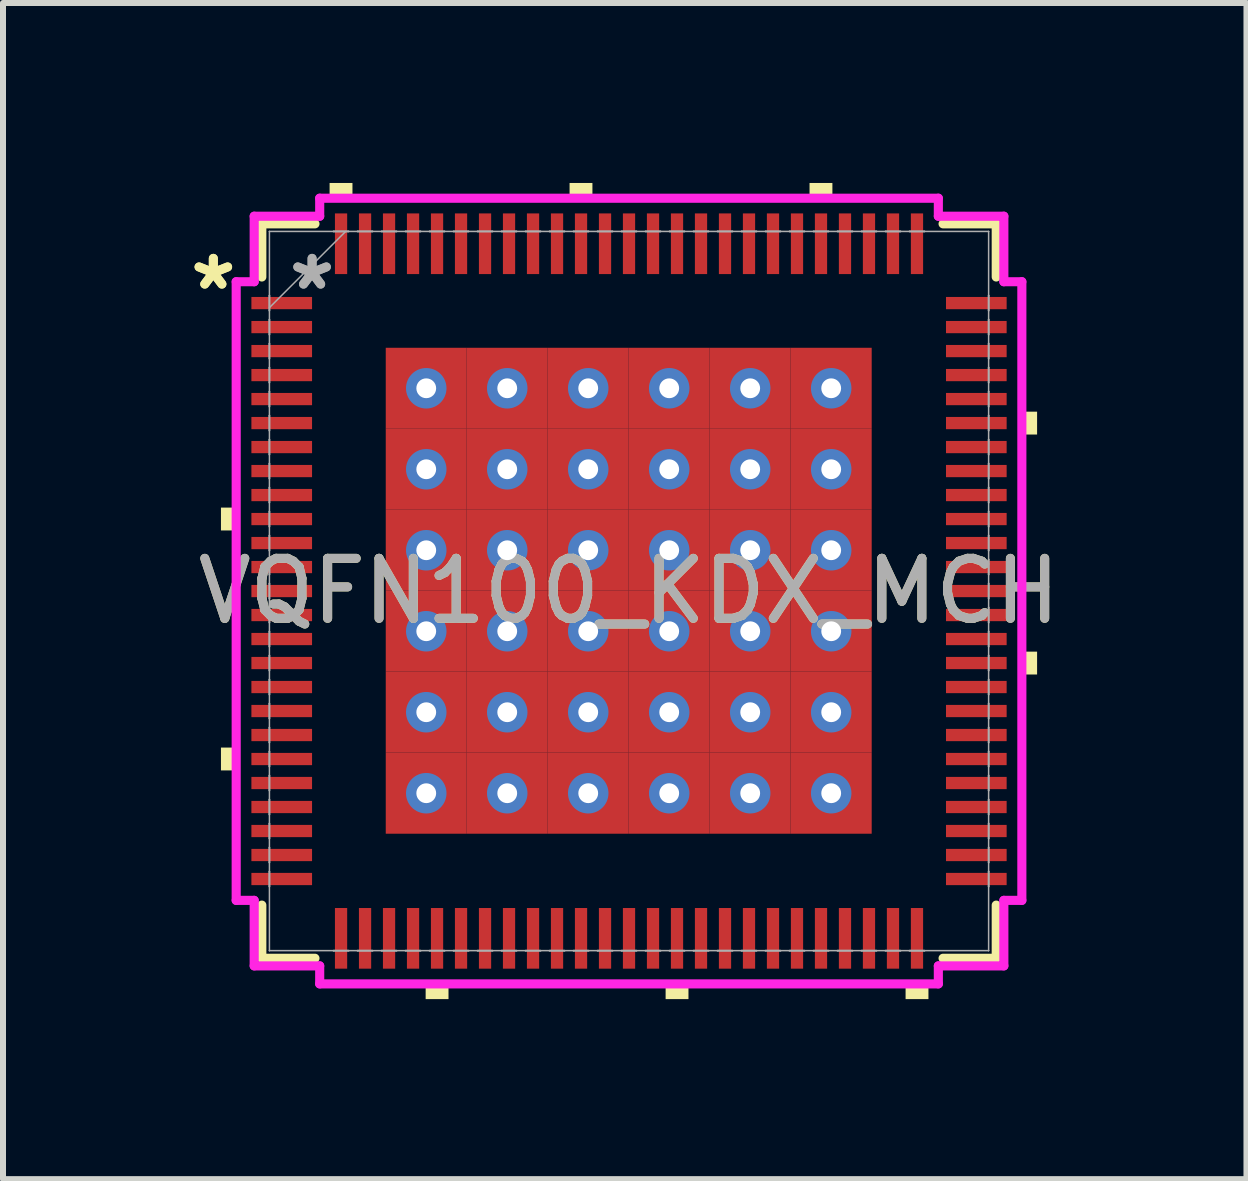
<source format=kicad_pcb>
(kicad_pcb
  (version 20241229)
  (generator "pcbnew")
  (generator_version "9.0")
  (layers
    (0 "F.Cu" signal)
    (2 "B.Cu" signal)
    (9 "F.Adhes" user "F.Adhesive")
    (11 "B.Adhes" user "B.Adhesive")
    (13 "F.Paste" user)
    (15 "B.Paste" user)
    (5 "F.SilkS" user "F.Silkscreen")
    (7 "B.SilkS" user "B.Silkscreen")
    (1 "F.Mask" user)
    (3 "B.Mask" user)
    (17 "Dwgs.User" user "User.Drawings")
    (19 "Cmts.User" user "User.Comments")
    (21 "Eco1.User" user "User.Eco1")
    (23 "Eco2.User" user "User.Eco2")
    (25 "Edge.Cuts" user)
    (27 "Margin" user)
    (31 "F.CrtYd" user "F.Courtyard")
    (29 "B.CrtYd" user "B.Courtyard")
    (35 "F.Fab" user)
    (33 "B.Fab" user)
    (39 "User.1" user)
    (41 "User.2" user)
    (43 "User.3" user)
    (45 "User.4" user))
  (footprint "VQFN100_KDX_MCH"
    (layer "F.Cu")
    (at 7.435 6.802)
    (property "Reference" "VQFN100_KDX_MCH" (at 0 0 0) (unlocked yes) (layer "F.SilkS") (effects (font (size 1 1) (thickness 0.15))))
    (attr smd)
    (fp_line (start -6.121 -6.121) (end -6.121 -5.235) (stroke (width 0.152) (type solid)) (layer "F.SilkS"))
    (fp_line (start -6.121 5.235) (end -6.121 6.121) (stroke (width 0.152) (type solid)) (layer "F.SilkS"))
    (fp_line (start -6.121 6.121) (end -5.235 6.121) (stroke (width 0.152) (type solid)) (layer "F.SilkS"))
    (fp_line (start -5.235 -6.121) (end -6.121 -6.121) (stroke (width 0.152) (type solid)) (layer "F.SilkS"))
    (fp_line (start 5.235 6.121) (end 6.121 6.121) (stroke (width 0.152) (type solid)) (layer "F.SilkS"))
    (fp_line (start 6.121 -6.121) (end 5.235 -6.121) (stroke (width 0.152) (type solid)) (layer "F.SilkS"))
    (fp_line (start 6.121 -5.235) (end 6.121 -6.121) (stroke (width 0.152) (type solid)) (layer "F.SilkS"))
    (fp_line (start 6.121 6.121) (end 6.121 5.235) (stroke (width 0.152) (type solid)) (layer "F.SilkS"))
    (fp_poly (pts (xy -6.802 -1.391) (xy -6.802 -1.01) (xy -6.548 -1.01) (xy -6.548 -1.391)) (stroke (width 0) (type solid)) (fill yes) (layer "F.SilkS"))
    (fp_poly (pts (xy -6.802 2.609) (xy -6.802 2.99) (xy -6.548 2.99) (xy -6.548 2.609)) (stroke (width 0) (type solid)) (fill yes) (layer "F.SilkS"))
    (fp_poly (pts (xy -4.991 -6.548) (xy -4.991 -6.802) (xy -4.61 -6.802) (xy -4.61 -6.548)) (stroke (width 0) (type solid)) (fill yes) (layer "F.SilkS"))
    (fp_poly (pts (xy -3.39 6.548) (xy -3.39 6.802) (xy -3.009 6.802) (xy -3.009 6.548)) (stroke (width 0) (type solid)) (fill yes) (layer "F.SilkS"))
    (fp_poly (pts (xy -0.991 -6.548) (xy -0.991 -6.802) (xy -0.61 -6.802) (xy -0.61 -6.548)) (stroke (width 0) (type solid)) (fill yes) (layer "F.SilkS"))
    (fp_poly (pts (xy 0.61 6.548) (xy 0.61 6.802) (xy 0.991 6.802) (xy 0.991 6.548)) (stroke (width 0) (type solid)) (fill yes) (layer "F.SilkS"))
    (fp_poly (pts (xy 3.009 -6.548) (xy 3.009 -6.802) (xy 3.39 -6.802) (xy 3.39 -6.548)) (stroke (width 0) (type solid)) (fill yes) (layer "F.SilkS"))
    (fp_poly (pts (xy 4.61 6.548) (xy 4.61 6.802) (xy 4.991 6.802) (xy 4.991 6.548)) (stroke (width 0) (type solid)) (fill yes) (layer "F.SilkS"))
    (fp_poly (pts (xy 6.802 -2.99) (xy 6.802 -2.609) (xy 6.548 -2.609) (xy 6.548 -2.99)) (stroke (width 0) (type solid)) (fill yes) (layer "F.SilkS"))
    (fp_poly (pts (xy 6.802 1.01) (xy 6.802 1.391) (xy 6.548 1.391) (xy 6.548 1.01)) (stroke (width 0) (type solid)) (fill yes) (layer "F.SilkS"))
    (fp_poly (pts (xy -3.944 -3.958) (xy -3.944 -2.808) (xy -2.794 -2.808) (xy -2.794 -3.958)) (stroke (width 0) (type solid)) (fill yes) (layer "F.Paste"))
    (fp_poly (pts (xy -3.944 -2.608) (xy -3.944 -1.457) (xy -2.794 -1.457) (xy -2.794 -2.608)) (stroke (width 0) (type solid)) (fill yes) (layer "F.Paste"))
    (fp_poly (pts (xy -3.944 -1.257) (xy -3.944 -0.107) (xy -2.794 -0.107) (xy -2.794 -1.257)) (stroke (width 0) (type solid)) (fill yes) (layer "F.Paste"))
    (fp_poly (pts (xy -3.944 0.093) (xy -3.944 1.244) (xy -2.794 1.244) (xy -2.794 0.093)) (stroke (width 0) (type solid)) (fill yes) (layer "F.Paste"))
    (fp_poly (pts (xy -3.944 1.444) (xy -3.944 2.594) (xy -2.794 2.594) (xy -2.794 1.444)) (stroke (width 0) (type solid)) (fill yes) (layer "F.Paste"))
    (fp_poly (pts (xy -3.944 2.794) (xy -3.944 3.944) (xy -2.794 3.944) (xy -2.794 2.794)) (stroke (width 0) (type solid)) (fill yes) (layer "F.Paste"))
    (fp_poly (pts (xy -2.594 -3.958) (xy -2.594 -2.808) (xy -1.444 -2.808) (xy -1.444 -3.958)) (stroke (width 0) (type solid)) (fill yes) (layer "F.Paste"))
    (fp_poly (pts (xy -2.594 -2.608) (xy -2.594 -1.457) (xy -1.444 -1.457) (xy -1.444 -2.608)) (stroke (width 0) (type solid)) (fill yes) (layer "F.Paste"))
    (fp_poly (pts (xy -2.594 -1.257) (xy -2.594 -0.107) (xy -1.444 -0.107) (xy -1.444 -1.257)) (stroke (width 0) (type solid)) (fill yes) (layer "F.Paste"))
    (fp_poly (pts (xy -2.594 0.093) (xy -2.594 1.244) (xy -1.444 1.244) (xy -1.444 0.093)) (stroke (width 0) (type solid)) (fill yes) (layer "F.Paste"))
    (fp_poly (pts (xy -2.594 1.444) (xy -2.594 2.594) (xy -1.444 2.594) (xy -1.444 1.444)) (stroke (width 0) (type solid)) (fill yes) (layer "F.Paste"))
    (fp_poly (pts (xy -2.594 2.794) (xy -2.594 3.944) (xy -1.444 3.944) (xy -1.444 2.794)) (stroke (width 0) (type solid)) (fill yes) (layer "F.Paste"))
    (fp_poly (pts (xy -1.244 -3.958) (xy -1.244 -2.808) (xy -0.093 -2.808) (xy -0.093 -3.958)) (stroke (width 0) (type solid)) (fill yes) (layer "F.Paste"))
    (fp_poly (pts (xy -1.244 -2.608) (xy -1.244 -1.457) (xy -0.093 -1.457) (xy -0.093 -2.608)) (stroke (width 0) (type solid)) (fill yes) (layer "F.Paste"))
    (fp_poly (pts (xy -1.244 -1.257) (xy -1.244 -0.107) (xy -0.093 -0.107) (xy -0.093 -1.257)) (stroke (width 0) (type solid)) (fill yes) (layer "F.Paste"))
    (fp_poly (pts (xy -1.244 0.093) (xy -1.244 1.244) (xy -0.093 1.244) (xy -0.093 0.093)) (stroke (width 0) (type solid)) (fill yes) (layer "F.Paste"))
    (fp_poly (pts (xy -1.244 1.444) (xy -1.244 2.594) (xy -0.093 2.594) (xy -0.093 1.444)) (stroke (width 0) (type solid)) (fill yes) (layer "F.Paste"))
    (fp_poly (pts (xy -1.244 2.794) (xy -1.244 3.944) (xy -0.093 3.944) (xy -0.093 2.794)) (stroke (width 0) (type solid)) (fill yes) (layer "F.Paste"))
    (fp_poly (pts (xy 0.107 -3.958) (xy 0.107 -2.808) (xy 1.257 -2.808) (xy 1.257 -3.958)) (stroke (width 0) (type solid)) (fill yes) (layer "F.Paste"))
    (fp_poly (pts (xy 0.107 -2.608) (xy 0.107 -1.457) (xy 1.257 -1.457) (xy 1.257 -2.608)) (stroke (width 0) (type solid)) (fill yes) (layer "F.Paste"))
    (fp_poly (pts (xy 0.107 -1.257) (xy 0.107 -0.107) (xy 1.257 -0.107) (xy 1.257 -1.257)) (stroke (width 0) (type solid)) (fill yes) (layer "F.Paste"))
    (fp_poly (pts (xy 0.107 0.093) (xy 0.107 1.244) (xy 1.257 1.244) (xy 1.257 0.093)) (stroke (width 0) (type solid)) (fill yes) (layer "F.Paste"))
    (fp_poly (pts (xy 0.107 1.444) (xy 0.107 2.594) (xy 1.257 2.594) (xy 1.257 1.444)) (stroke (width 0) (type solid)) (fill yes) (layer "F.Paste"))
    (fp_poly (pts (xy 0.107 2.794) (xy 0.107 3.944) (xy 1.257 3.944) (xy 1.257 2.794)) (stroke (width 0) (type solid)) (fill yes) (layer "F.Paste"))
    (fp_poly (pts (xy 1.457 -3.958) (xy 1.457 -2.808) (xy 2.608 -2.808) (xy 2.608 -3.958)) (stroke (width 0) (type solid)) (fill yes) (layer "F.Paste"))
    (fp_poly (pts (xy 1.457 -2.608) (xy 1.457 -1.457) (xy 2.608 -1.457) (xy 2.608 -2.608)) (stroke (width 0) (type solid)) (fill yes) (layer "F.Paste"))
    (fp_poly (pts (xy 1.457 -1.257) (xy 1.457 -0.107) (xy 2.608 -0.107) (xy 2.608 -1.257)) (stroke (width 0) (type solid)) (fill yes) (layer "F.Paste"))
    (fp_poly (pts (xy 1.457 0.093) (xy 1.457 1.244) (xy 2.608 1.244) (xy 2.608 0.093)) (stroke (width 0) (type solid)) (fill yes) (layer "F.Paste"))
    (fp_poly (pts (xy 1.457 1.444) (xy 1.457 2.594) (xy 2.608 2.594) (xy 2.608 1.444)) (stroke (width 0) (type solid)) (fill yes) (layer "F.Paste"))
    (fp_poly (pts (xy 1.457 2.794) (xy 1.457 3.944) (xy 2.608 3.944) (xy 2.608 2.794)) (stroke (width 0) (type solid)) (fill yes) (layer "F.Paste"))
    (fp_poly (pts (xy 2.808 -3.958) (xy 2.808 -2.808) (xy 3.958 -2.808) (xy 3.958 -3.958)) (stroke (width 0) (type solid)) (fill yes) (layer "F.Paste"))
    (fp_poly (pts (xy 2.808 -2.608) (xy 2.808 -1.457) (xy 3.958 -1.457) (xy 3.958 -2.608)) (stroke (width 0) (type solid)) (fill yes) (layer "F.Paste"))
    (fp_poly (pts (xy 2.808 -1.257) (xy 2.808 -0.107) (xy 3.958 -0.107) (xy 3.958 -1.257)) (stroke (width 0) (type solid)) (fill yes) (layer "F.Paste"))
    (fp_poly (pts (xy 2.808 0.093) (xy 2.808 1.244) (xy 3.958 1.244) (xy 3.958 0.093)) (stroke (width 0) (type solid)) (fill yes) (layer "F.Paste"))
    (fp_poly (pts (xy 2.808 1.444) (xy 2.808 2.594) (xy 3.958 2.594) (xy 3.958 1.444)) (stroke (width 0) (type solid)) (fill yes) (layer "F.Paste"))
    (fp_poly (pts (xy 2.808 2.794) (xy 2.808 3.944) (xy 3.958 3.944) (xy 3.958 2.794)) (stroke (width 0) (type solid)) (fill yes) (layer "F.Paste"))
    (fp_line (start -6.548 -5.156) (end -6.248 -5.156) (stroke (width 0.152) (type solid)) (layer "F.CrtYd"))
    (fp_line (start -6.548 5.156) (end -6.548 -5.156) (stroke (width 0.152) (type solid)) (layer "F.CrtYd"))
    (fp_line (start -6.248 -6.248) (end -5.156 -6.248) (stroke (width 0.152) (type solid)) (layer "F.CrtYd"))
    (fp_line (start -6.248 -5.156) (end -6.248 -6.248) (stroke (width 0.152) (type solid)) (layer "F.CrtYd"))
    (fp_line (start -6.248 5.156) (end -6.548 5.156) (stroke (width 0.152) (type solid)) (layer "F.CrtYd"))
    (fp_line (start -6.248 6.248) (end -6.248 5.156) (stroke (width 0.152) (type solid)) (layer "F.CrtYd"))
    (fp_line (start -5.156 -6.548) (end 5.156 -6.548) (stroke (width 0.152) (type solid)) (layer "F.CrtYd"))
    (fp_line (start -5.156 -6.248) (end -5.156 -6.548) (stroke (width 0.152) (type solid)) (layer "F.CrtYd"))
    (fp_line (start -5.156 6.248) (end -6.248 6.248) (stroke (width 0.152) (type solid)) (layer "F.CrtYd"))
    (fp_line (start -5.156 6.548) (end -5.156 6.248) (stroke (width 0.152) (type solid)) (layer "F.CrtYd"))
    (fp_line (start 5.156 -6.548) (end 5.156 -6.248) (stroke (width 0.152) (type solid)) (layer "F.CrtYd"))
    (fp_line (start 5.156 -6.248) (end 6.248 -6.248) (stroke (width 0.152) (type solid)) (layer "F.CrtYd"))
    (fp_line (start 5.156 6.248) (end 5.156 6.548) (stroke (width 0.152) (type solid)) (layer "F.CrtYd"))
    (fp_line (start 5.156 6.548) (end -5.156 6.548) (stroke (width 0.152) (type solid)) (layer "F.CrtYd"))
    (fp_line (start 6.248 -6.248) (end 6.248 -5.156) (stroke (width 0.152) (type solid)) (layer "F.CrtYd"))
    (fp_line (start 6.248 -5.156) (end 6.548 -5.156) (stroke (width 0.152) (type solid)) (layer "F.CrtYd"))
    (fp_line (start 6.248 5.156) (end 6.248 6.248) (stroke (width 0.152) (type solid)) (layer "F.CrtYd"))
    (fp_line (start 6.248 6.248) (end 5.156 6.248) (stroke (width 0.152) (type solid)) (layer "F.CrtYd"))
    (fp_line (start 6.548 -5.156) (end 6.548 5.156) (stroke (width 0.152) (type solid)) (layer "F.CrtYd"))
    (fp_line (start 6.548 5.156) (end 6.248 5.156) (stroke (width 0.152) (type solid)) (layer "F.CrtYd"))
    (fp_line (start -5.994 -5.994) (end -5.994 -5.994) (stroke (width 0.025) (type solid)) (layer "F.Fab"))
    (fp_line (start -5.994 -5.994) (end -5.994 5.994) (stroke (width 0.025) (type solid)) (layer "F.Fab"))
    (fp_line (start -5.994 -4.927) (end -5.994 -4.927) (stroke (width 0.025) (type solid)) (layer "F.Fab"))
    (fp_line (start -5.994 -4.927) (end -5.994 -4.673) (stroke (width 0.025) (type solid)) (layer "F.Fab"))
    (fp_line (start -5.994 -4.724) (end -4.724 -5.994) (stroke (width 0.025) (type solid)) (layer "F.Fab"))
    (fp_line (start -5.994 -4.673) (end -5.994 -4.927) (stroke (width 0.025) (type solid)) (layer "F.Fab"))
    (fp_line (start -5.994 -4.673) (end -5.994 -4.673) (stroke (width 0.025) (type solid)) (layer "F.Fab"))
    (fp_line (start -5.994 -4.527) (end -5.994 -4.527) (stroke (width 0.025) (type solid)) (layer "F.Fab"))
    (fp_line (start -5.994 -4.527) (end -5.994 -4.273) (stroke (width 0.025) (type solid)) (layer "F.Fab"))
    (fp_line (start -5.994 -4.273) (end -5.994 -4.527) (stroke (width 0.025) (type solid)) (layer "F.Fab"))
    (fp_line (start -5.994 -4.273) (end -5.994 -4.273) (stroke (width 0.025) (type solid)) (layer "F.Fab"))
    (fp_line (start -5.994 -4.127) (end -5.994 -4.127) (stroke (width 0.025) (type solid)) (layer "F.Fab"))
    (fp_line (start -5.994 -4.127) (end -5.994 -3.873) (stroke (width 0.025) (type solid)) (layer "F.Fab"))
    (fp_line (start -5.994 -3.873) (end -5.994 -4.127) (stroke (width 0.025) (type solid)) (layer "F.Fab"))
    (fp_line (start -5.994 -3.873) (end -5.994 -3.873) (stroke (width 0.025) (type solid)) (layer "F.Fab"))
    (fp_line (start -5.994 -3.727) (end -5.994 -3.727) (stroke (width 0.025) (type solid)) (layer "F.Fab"))
    (fp_line (start -5.994 -3.727) (end -5.994 -3.473) (stroke (width 0.025) (type solid)) (layer "F.Fab"))
    (fp_line (start -5.994 -3.473) (end -5.994 -3.727) (stroke (width 0.025) (type solid)) (layer "F.Fab"))
    (fp_line (start -5.994 -3.473) (end -5.994 -3.473) (stroke (width 0.025) (type solid)) (layer "F.Fab"))
    (fp_line (start -5.994 -3.327) (end -5.994 -3.327) (stroke (width 0.025) (type solid)) (layer "F.Fab"))
    (fp_line (start -5.994 -3.327) (end -5.994 -3.073) (stroke (width 0.025) (type solid)) (layer "F.Fab"))
    (fp_line (start -5.994 -3.073) (end -5.994 -3.327) (stroke (width 0.025) (type solid)) (layer "F.Fab"))
    (fp_line (start -5.994 -3.073) (end -5.994 -3.073) (stroke (width 0.025) (type solid)) (layer "F.Fab"))
    (fp_line (start -5.994 -2.927) (end -5.994 -2.927) (stroke (width 0.025) (type solid)) (layer "F.Fab"))
    (fp_line (start -5.994 -2.927) (end -5.994 -2.673) (stroke (width 0.025) (type solid)) (layer "F.Fab"))
    (fp_line (start -5.994 -2.673) (end -5.994 -2.927) (stroke (width 0.025) (type solid)) (layer "F.Fab"))
    (fp_line (start -5.994 -2.673) (end -5.994 -2.673) (stroke (width 0.025) (type solid)) (layer "F.Fab"))
    (fp_line (start -5.994 -2.527) (end -5.994 -2.527) (stroke (width 0.025) (type solid)) (layer "F.Fab"))
    (fp_line (start -5.994 -2.527) (end -5.994 -2.273) (stroke (width 0.025) (type solid)) (layer "F.Fab"))
    (fp_line (start -5.994 -2.273) (end -5.994 -2.527) (stroke (width 0.025) (type solid)) (layer "F.Fab"))
    (fp_line (start -5.994 -2.273) (end -5.994 -2.273) (stroke (width 0.025) (type solid)) (layer "F.Fab"))
    (fp_line (start -5.994 -2.127) (end -5.994 -2.127) (stroke (width 0.025) (type solid)) (layer "F.Fab"))
    (fp_line (start -5.994 -2.127) (end -5.994 -1.873) (stroke (width 0.025) (type solid)) (layer "F.Fab"))
    (fp_line (start -5.994 -1.873) (end -5.994 -2.127) (stroke (width 0.025) (type solid)) (layer "F.Fab"))
    (fp_line (start -5.994 -1.873) (end -5.994 -1.873) (stroke (width 0.025) (type solid)) (layer "F.Fab"))
    (fp_line (start -5.994 -1.727) (end -5.994 -1.727) (stroke (width 0.025) (type solid)) (layer "F.Fab"))
    (fp_line (start -5.994 -1.727) (end -5.994 -1.473) (stroke (width 0.025) (type solid)) (layer "F.Fab"))
    (fp_line (start -5.994 -1.473) (end -5.994 -1.727) (stroke (width 0.025) (type solid)) (layer "F.Fab"))
    (fp_line (start -5.994 -1.473) (end -5.994 -1.473) (stroke (width 0.025) (type solid)) (layer "F.Fab"))
    (fp_line (start -5.994 -1.327) (end -5.994 -1.327) (stroke (width 0.025) (type solid)) (layer "F.Fab"))
    (fp_line (start -5.994 -1.327) (end -5.994 -1.073) (stroke (width 0.025) (type solid)) (layer "F.Fab"))
    (fp_line (start -5.994 -1.073) (end -5.994 -1.327) (stroke (width 0.025) (type solid)) (layer "F.Fab"))
    (fp_line (start -5.994 -1.073) (end -5.994 -1.073) (stroke (width 0.025) (type solid)) (layer "F.Fab"))
    (fp_line (start -5.994 -0.927) (end -5.994 -0.927) (stroke (width 0.025) (type solid)) (layer "F.Fab"))
    (fp_line (start -5.994 -0.927) (end -5.994 -0.673) (stroke (width 0.025) (type solid)) (layer "F.Fab"))
    (fp_line (start -5.994 -0.673) (end -5.994 -0.927) (stroke (width 0.025) (type solid)) (layer "F.Fab"))
    (fp_line (start -5.994 -0.673) (end -5.994 -0.673) (stroke (width 0.025) (type solid)) (layer "F.Fab"))
    (fp_line (start -5.994 -0.527) (end -5.994 -0.527) (stroke (width 0.025) (type solid)) (layer "F.Fab"))
    (fp_line (start -5.994 -0.527) (end -5.994 -0.273) (stroke (width 0.025) (type solid)) (layer "F.Fab"))
    (fp_line (start -5.994 -0.273) (end -5.994 -0.527) (stroke (width 0.025) (type solid)) (layer "F.Fab"))
    (fp_line (start -5.994 -0.273) (end -5.994 -0.273) (stroke (width 0.025) (type solid)) (layer "F.Fab"))
    (fp_line (start -5.994 -0.127) (end -5.994 -0.127) (stroke (width 0.025) (type solid)) (layer "F.Fab"))
    (fp_line (start -5.994 -0.127) (end -5.994 0.127) (stroke (width 0.025) (type solid)) (layer "F.Fab"))
    (fp_line (start -5.994 0.127) (end -5.994 -0.127) (stroke (width 0.025) (type solid)) (layer "F.Fab"))
    (fp_line (start -5.994 0.127) (end -5.994 0.127) (stroke (width 0.025) (type solid)) (layer "F.Fab"))
    (fp_line (start -5.994 0.273) (end -5.994 0.273) (stroke (width 0.025) (type solid)) (layer "F.Fab"))
    (fp_line (start -5.994 0.273) (end -5.994 0.527) (stroke (width 0.025) (type solid)) (layer "F.Fab"))
    (fp_line (start -5.994 0.527) (end -5.994 0.273) (stroke (width 0.025) (type solid)) (layer "F.Fab"))
    (fp_line (start -5.994 0.527) (end -5.994 0.527) (stroke (width 0.025) (type solid)) (layer "F.Fab"))
    (fp_line (start -5.994 0.673) (end -5.994 0.673) (stroke (width 0.025) (type solid)) (layer "F.Fab"))
    (fp_line (start -5.994 0.673) (end -5.994 0.927) (stroke (width 0.025) (type solid)) (layer "F.Fab"))
    (fp_line (start -5.994 0.927) (end -5.994 0.673) (stroke (width 0.025) (type solid)) (layer "F.Fab"))
    (fp_line (start -5.994 0.927) (end -5.994 0.927) (stroke (width 0.025) (type solid)) (layer "F.Fab"))
    (fp_line (start -5.994 1.073) (end -5.994 1.073) (stroke (width 0.025) (type solid)) (layer "F.Fab"))
    (fp_line (start -5.994 1.073) (end -5.994 1.327) (stroke (width 0.025) (type solid)) (layer "F.Fab"))
    (fp_line (start -5.994 1.327) (end -5.994 1.073) (stroke (width 0.025) (type solid)) (layer "F.Fab"))
    (fp_line (start -5.994 1.327) (end -5.994 1.327) (stroke (width 0.025) (type solid)) (layer "F.Fab"))
    (fp_line (start -5.994 1.473) (end -5.994 1.473) (stroke (width 0.025) (type solid)) (layer "F.Fab"))
    (fp_line (start -5.994 1.473) (end -5.994 1.727) (stroke (width 0.025) (type solid)) (layer "F.Fab"))
    (fp_line (start -5.994 1.727) (end -5.994 1.473) (stroke (width 0.025) (type solid)) (layer "F.Fab"))
    (fp_line (start -5.994 1.727) (end -5.994 1.727) (stroke (width 0.025) (type solid)) (layer "F.Fab"))
    (fp_line (start -5.994 1.873) (end -5.994 1.873) (stroke (width 0.025) (type solid)) (layer "F.Fab"))
    (fp_line (start -5.994 1.873) (end -5.994 2.127) (stroke (width 0.025) (type solid)) (layer "F.Fab"))
    (fp_line (start -5.994 2.127) (end -5.994 1.873) (stroke (width 0.025) (type solid)) (layer "F.Fab"))
    (fp_line (start -5.994 2.127) (end -5.994 2.127) (stroke (width 0.025) (type solid)) (layer "F.Fab"))
    (fp_line (start -5.994 2.273) (end -5.994 2.273) (stroke (width 0.025) (type solid)) (layer "F.Fab"))
    (fp_line (start -5.994 2.273) (end -5.994 2.527) (stroke (width 0.025) (type solid)) (layer "F.Fab"))
    (fp_line (start -5.994 2.527) (end -5.994 2.273) (stroke (width 0.025) (type solid)) (layer "F.Fab"))
    (fp_line (start -5.994 2.527) (end -5.994 2.527) (stroke (width 0.025) (type solid)) (layer "F.Fab"))
    (fp_line (start -5.994 2.673) (end -5.994 2.673) (stroke (width 0.025) (type solid)) (layer "F.Fab"))
    (fp_line (start -5.994 2.673) (end -5.994 2.927) (stroke (width 0.025) (type solid)) (layer "F.Fab"))
    (fp_line (start -5.994 2.927) (end -5.994 2.673) (stroke (width 0.025) (type solid)) (layer "F.Fab"))
    (fp_line (start -5.994 2.927) (end -5.994 2.927) (stroke (width 0.025) (type solid)) (layer "F.Fab"))
    (fp_line (start -5.994 3.073) (end -5.994 3.073) (stroke (width 0.025) (type solid)) (layer "F.Fab"))
    (fp_line (start -5.994 3.073) (end -5.994 3.327) (stroke (width 0.025) (type solid)) (layer "F.Fab"))
    (fp_line (start -5.994 3.327) (end -5.994 3.073) (stroke (width 0.025) (type solid)) (layer "F.Fab"))
    (fp_line (start -5.994 3.327) (end -5.994 3.327) (stroke (width 0.025) (type solid)) (layer "F.Fab"))
    (fp_line (start -5.994 3.473) (end -5.994 3.473) (stroke (width 0.025) (type solid)) (layer "F.Fab"))
    (fp_line (start -5.994 3.473) (end -5.994 3.727) (stroke (width 0.025) (type solid)) (layer "F.Fab"))
    (fp_line (start -5.994 3.727) (end -5.994 3.473) (stroke (width 0.025) (type solid)) (layer "F.Fab"))
    (fp_line (start -5.994 3.727) (end -5.994 3.727) (stroke (width 0.025) (type solid)) (layer "F.Fab"))
    (fp_line (start -5.994 3.873) (end -5.994 3.873) (stroke (width 0.025) (type solid)) (layer "F.Fab"))
    (fp_line (start -5.994 3.873) (end -5.994 4.127) (stroke (width 0.025) (type solid)) (layer "F.Fab"))
    (fp_line (start -5.994 4.127) (end -5.994 3.873) (stroke (width 0.025) (type solid)) (layer "F.Fab"))
    (fp_line (start -5.994 4.127) (end -5.994 4.127) (stroke (width 0.025) (type solid)) (layer "F.Fab"))
    (fp_line (start -5.994 4.273) (end -5.994 4.273) (stroke (width 0.025) (type solid)) (layer "F.Fab"))
    (fp_line (start -5.994 4.273) (end -5.994 4.527) (stroke (width 0.025) (type solid)) (layer "F.Fab"))
    (fp_line (start -5.994 4.527) (end -5.994 4.273) (stroke (width 0.025) (type solid)) (layer "F.Fab"))
    (fp_line (start -5.994 4.527) (end -5.994 4.527) (stroke (width 0.025) (type solid)) (layer "F.Fab"))
    (fp_line (start -5.994 4.673) (end -5.994 4.673) (stroke (width 0.025) (type solid)) (layer "F.Fab"))
    (fp_line (start -5.994 4.673) (end -5.994 4.927) (stroke (width 0.025) (type solid)) (layer "F.Fab"))
    (fp_line (start -5.994 4.927) (end -5.994 4.673) (stroke (width 0.025) (type solid)) (layer "F.Fab"))
    (fp_line (start -5.994 4.927) (end -5.994 4.927) (stroke (width 0.025) (type solid)) (layer "F.Fab"))
    (fp_line (start -5.994 5.994) (end -5.994 5.994) (stroke (width 0.025) (type solid)) (layer "F.Fab"))
    (fp_line (start -5.994 5.994) (end 5.994 5.994) (stroke (width 0.025) (type solid)) (layer "F.Fab"))
    (fp_line (start -4.927 5.994) (end -4.927 5.994) (stroke (width 0.025) (type solid)) (layer "F.Fab"))
    (fp_line (start -4.927 5.994) (end -4.673 5.994) (stroke (width 0.025) (type solid)) (layer "F.Fab"))
    (fp_line (start -4.927 -5.994) (end -4.927 -5.994) (stroke (width 0.025) (type solid)) (layer "F.Fab"))
    (fp_line (start -4.927 -5.994) (end -4.673 -5.994) (stroke (width 0.025) (type solid)) (layer "F.Fab"))
    (fp_line (start -4.673 5.994) (end -4.927 5.994) (stroke (width 0.025) (type solid)) (layer "F.Fab"))
    (fp_line (start -4.673 5.994) (end -4.673 5.994) (stroke (width 0.025) (type solid)) (layer "F.Fab"))
    (fp_line (start -4.673 -5.994) (end -4.927 -5.994) (stroke (width 0.025) (type solid)) (layer "F.Fab"))
    (fp_line (start -4.673 -5.994) (end -4.673 -5.994) (stroke (width 0.025) (type solid)) (layer "F.Fab"))
    (fp_line (start -4.527 5.994) (end -4.527 5.994) (stroke (width 0.025) (type solid)) (layer "F.Fab"))
    (fp_line (start -4.527 5.994) (end -4.273 5.994) (stroke (width 0.025) (type solid)) (layer "F.Fab"))
    (fp_line (start -4.527 -5.994) (end -4.527 -5.994) (stroke (width 0.025) (type solid)) (layer "F.Fab"))
    (fp_line (start -4.527 -5.994) (end -4.273 -5.994) (stroke (width 0.025) (type solid)) (layer "F.Fab"))
    (fp_line (start -4.273 5.994) (end -4.527 5.994) (stroke (width 0.025) (type solid)) (layer "F.Fab"))
    (fp_line (start -4.273 5.994) (end -4.273 5.994) (stroke (width 0.025) (type solid)) (layer "F.Fab"))
    (fp_line (start -4.273 -5.994) (end -4.527 -5.994) (stroke (width 0.025) (type solid)) (layer "F.Fab"))
    (fp_line (start -4.273 -5.994) (end -4.273 -5.994) (stroke (width 0.025) (type solid)) (layer "F.Fab"))
    (fp_line (start -4.127 5.994) (end -4.127 5.994) (stroke (width 0.025) (type solid)) (layer "F.Fab"))
    (fp_line (start -4.127 5.994) (end -3.873 5.994) (stroke (width 0.025) (type solid)) (layer "F.Fab"))
    (fp_line (start -4.127 -5.994) (end -4.127 -5.994) (stroke (width 0.025) (type solid)) (layer "F.Fab"))
    (fp_line (start -4.127 -5.994) (end -3.873 -5.994) (stroke (width 0.025) (type solid)) (layer "F.Fab"))
    (fp_line (start -3.873 5.994) (end -4.127 5.994) (stroke (width 0.025) (type solid)) (layer "F.Fab"))
    (fp_line (start -3.873 5.994) (end -3.873 5.994) (stroke (width 0.025) (type solid)) (layer "F.Fab"))
    (fp_line (start -3.873 -5.994) (end -4.127 -5.994) (stroke (width 0.025) (type solid)) (layer "F.Fab"))
    (fp_line (start -3.873 -5.994) (end -3.873 -5.994) (stroke (width 0.025) (type solid)) (layer "F.Fab"))
    (fp_line (start -3.727 5.994) (end -3.727 5.994) (stroke (width 0.025) (type solid)) (layer "F.Fab"))
    (fp_line (start -3.727 5.994) (end -3.473 5.994) (stroke (width 0.025) (type solid)) (layer "F.Fab"))
    (fp_line (start -3.727 -5.994) (end -3.727 -5.994) (stroke (width 0.025) (type solid)) (layer "F.Fab"))
    (fp_line (start -3.727 -5.994) (end -3.473 -5.994) (stroke (width 0.025) (type solid)) (layer "F.Fab"))
    (fp_line (start -3.473 5.994) (end -3.727 5.994) (stroke (width 0.025) (type solid)) (layer "F.Fab"))
    (fp_line (start -3.473 5.994) (end -3.473 5.994) (stroke (width 0.025) (type solid)) (layer "F.Fab"))
    (fp_line (start -3.473 -5.994) (end -3.727 -5.994) (stroke (width 0.025) (type solid)) (layer "F.Fab"))
    (fp_line (start -3.473 -5.994) (end -3.473 -5.994) (stroke (width 0.025) (type solid)) (layer "F.Fab"))
    (fp_line (start -3.327 5.994) (end -3.327 5.994) (stroke (width 0.025) (type solid)) (layer "F.Fab"))
    (fp_line (start -3.327 5.994) (end -3.073 5.994) (stroke (width 0.025) (type solid)) (layer "F.Fab"))
    (fp_line (start -3.327 -5.994) (end -3.327 -5.994) (stroke (width 0.025) (type solid)) (layer "F.Fab"))
    (fp_line (start -3.327 -5.994) (end -3.073 -5.994) (stroke (width 0.025) (type solid)) (layer "F.Fab"))
    (fp_line (start -3.073 5.994) (end -3.327 5.994) (stroke (width 0.025) (type solid)) (layer "F.Fab"))
    (fp_line (start -3.073 5.994) (end -3.073 5.994) (stroke (width 0.025) (type solid)) (layer "F.Fab"))
    (fp_line (start -3.073 -5.994) (end -3.327 -5.994) (stroke (width 0.025) (type solid)) (layer "F.Fab"))
    (fp_line (start -3.073 -5.994) (end -3.073 -5.994) (stroke (width 0.025) (type solid)) (layer "F.Fab"))
    (fp_line (start -2.927 5.994) (end -2.927 5.994) (stroke (width 0.025) (type solid)) (layer "F.Fab"))
    (fp_line (start -2.927 5.994) (end -2.673 5.994) (stroke (width 0.025) (type solid)) (layer "F.Fab"))
    (fp_line (start -2.927 -5.994) (end -2.927 -5.994) (stroke (width 0.025) (type solid)) (layer "F.Fab"))
    (fp_line (start -2.927 -5.994) (end -2.673 -5.994) (stroke (width 0.025) (type solid)) (layer "F.Fab"))
    (fp_line (start -2.673 5.994) (end -2.927 5.994) (stroke (width 0.025) (type solid)) (layer "F.Fab"))
    (fp_line (start -2.673 5.994) (end -2.673 5.994) (stroke (width 0.025) (type solid)) (layer "F.Fab"))
    (fp_line (start -2.673 -5.994) (end -2.927 -5.994) (stroke (width 0.025) (type solid)) (layer "F.Fab"))
    (fp_line (start -2.673 -5.994) (end -2.673 -5.994) (stroke (width 0.025) (type solid)) (layer "F.Fab"))
    (fp_line (start -2.527 -5.994) (end -2.527 -5.994) (stroke (width 0.025) (type solid)) (layer "F.Fab"))
    (fp_line (start -2.527 -5.994) (end -2.273 -5.994) (stroke (width 0.025) (type solid)) (layer "F.Fab"))
    (fp_line (start -2.527 5.994) (end -2.527 5.994) (stroke (width 0.025) (type solid)) (layer "F.Fab"))
    (fp_line (start -2.527 5.994) (end -2.273 5.994) (stroke (width 0.025) (type solid)) (layer "F.Fab"))
    (fp_line (start -2.273 -5.994) (end -2.527 -5.994) (stroke (width 0.025) (type solid)) (layer "F.Fab"))
    (fp_line (start -2.273 -5.994) (end -2.273 -5.994) (stroke (width 0.025) (type solid)) (layer "F.Fab"))
    (fp_line (start -2.273 5.994) (end -2.527 5.994) (stroke (width 0.025) (type solid)) (layer "F.Fab"))
    (fp_line (start -2.273 5.994) (end -2.273 5.994) (stroke (width 0.025) (type solid)) (layer "F.Fab"))
    (fp_line (start -2.127 -5.994) (end -2.127 -5.994) (stroke (width 0.025) (type solid)) (layer "F.Fab"))
    (fp_line (start -2.127 -5.994) (end -1.873 -5.994) (stroke (width 0.025) (type solid)) (layer "F.Fab"))
    (fp_line (start -2.127 5.994) (end -2.127 5.994) (stroke (width 0.025) (type solid)) (layer "F.Fab"))
    (fp_line (start -2.127 5.994) (end -1.873 5.994) (stroke (width 0.025) (type solid)) (layer "F.Fab"))
    (fp_line (start -1.873 -5.994) (end -2.127 -5.994) (stroke (width 0.025) (type solid)) (layer "F.Fab"))
    (fp_line (start -1.873 -5.994) (end -1.873 -5.994) (stroke (width 0.025) (type solid)) (layer "F.Fab"))
    (fp_line (start -1.873 5.994) (end -2.127 5.994) (stroke (width 0.025) (type solid)) (layer "F.Fab"))
    (fp_line (start -1.873 5.994) (end -1.873 5.994) (stroke (width 0.025) (type solid)) (layer "F.Fab"))
    (fp_line (start -1.727 -5.994) (end -1.727 -5.994) (stroke (width 0.025) (type solid)) (layer "F.Fab"))
    (fp_line (start -1.727 -5.994) (end -1.473 -5.994) (stroke (width 0.025) (type solid)) (layer "F.Fab"))
    (fp_line (start -1.727 5.994) (end -1.727 5.994) (stroke (width 0.025) (type solid)) (layer "F.Fab"))
    (fp_line (start -1.727 5.994) (end -1.473 5.994) (stroke (width 0.025) (type solid)) (layer "F.Fab"))
    (fp_line (start -1.473 -5.994) (end -1.727 -5.994) (stroke (width 0.025) (type solid)) (layer "F.Fab"))
    (fp_line (start -1.473 -5.994) (end -1.473 -5.994) (stroke (width 0.025) (type solid)) (layer "F.Fab"))
    (fp_line (start -1.473 5.994) (end -1.727 5.994) (stroke (width 0.025) (type solid)) (layer "F.Fab"))
    (fp_line (start -1.473 5.994) (end -1.473 5.994) (stroke (width 0.025) (type solid)) (layer "F.Fab"))
    (fp_line (start -1.327 -5.994) (end -1.327 -5.994) (stroke (width 0.025) (type solid)) (layer "F.Fab"))
    (fp_line (start -1.327 -5.994) (end -1.073 -5.994) (stroke (width 0.025) (type solid)) (layer "F.Fab"))
    (fp_line (start -1.327 5.994) (end -1.327 5.994) (stroke (width 0.025) (type solid)) (layer "F.Fab"))
    (fp_line (start -1.327 5.994) (end -1.073 5.994) (stroke (width 0.025) (type solid)) (layer "F.Fab"))
    (fp_line (start -1.073 -5.994) (end -1.327 -5.994) (stroke (width 0.025) (type solid)) (layer "F.Fab"))
    (fp_line (start -1.073 -5.994) (end -1.073 -5.994) (stroke (width 0.025) (type solid)) (layer "F.Fab"))
    (fp_line (start -1.073 5.994) (end -1.327 5.994) (stroke (width 0.025) (type solid)) (layer "F.Fab"))
    (fp_line (start -1.073 5.994) (end -1.073 5.994) (stroke (width 0.025) (type solid)) (layer "F.Fab"))
    (fp_line (start -0.927 -5.994) (end -0.927 -5.994) (stroke (width 0.025) (type solid)) (layer "F.Fab"))
    (fp_line (start -0.927 -5.994) (end -0.673 -5.994) (stroke (width 0.025) (type solid)) (layer "F.Fab"))
    (fp_line (start -0.927 5.994) (end -0.927 5.994) (stroke (width 0.025) (type solid)) (layer "F.Fab"))
    (fp_line (start -0.927 5.994) (end -0.673 5.994) (stroke (width 0.025) (type solid)) (layer "F.Fab"))
    (fp_line (start -0.673 -5.994) (end -0.927 -5.994) (stroke (width 0.025) (type solid)) (layer "F.Fab"))
    (fp_line (start -0.673 -5.994) (end -0.673 -5.994) (stroke (width 0.025) (type solid)) (layer "F.Fab"))
    (fp_line (start -0.673 5.994) (end -0.927 5.994) (stroke (width 0.025) (type solid)) (layer "F.Fab"))
    (fp_line (start -0.673 5.994) (end -0.673 5.994) (stroke (width 0.025) (type solid)) (layer "F.Fab"))
    (fp_line (start -0.527 -5.994) (end -0.527 -5.994) (stroke (width 0.025) (type solid)) (layer "F.Fab"))
    (fp_line (start -0.527 -5.994) (end -0.273 -5.994) (stroke (width 0.025) (type solid)) (layer "F.Fab"))
    (fp_line (start -0.527 5.994) (end -0.527 5.994) (stroke (width 0.025) (type solid)) (layer "F.Fab"))
    (fp_line (start -0.527 5.994) (end -0.273 5.994) (stroke (width 0.025) (type solid)) (layer "F.Fab"))
    (fp_line (start -0.273 -5.994) (end -0.527 -5.994) (stroke (width 0.025) (type solid)) (layer "F.Fab"))
    (fp_line (start -0.273 -5.994) (end -0.273 -5.994) (stroke (width 0.025) (type solid)) (layer "F.Fab"))
    (fp_line (start -0.273 5.994) (end -0.527 5.994) (stroke (width 0.025) (type solid)) (layer "F.Fab"))
    (fp_line (start -0.273 5.994) (end -0.273 5.994) (stroke (width 0.025) (type solid)) (layer "F.Fab"))
    (fp_line (start -0.127 -5.994) (end -0.127 -5.994) (stroke (width 0.025) (type solid)) (layer "F.Fab"))
    (fp_line (start -0.127 -5.994) (end 0.127 -5.994) (stroke (width 0.025) (type solid)) (layer "F.Fab"))
    (fp_line (start -0.127 5.994) (end -0.127 5.994) (stroke (width 0.025) (type solid)) (layer "F.Fab"))
    (fp_line (start -0.127 5.994) (end 0.127 5.994) (stroke (width 0.025) (type solid)) (layer "F.Fab"))
    (fp_line (start 0.127 -5.994) (end -0.127 -5.994) (stroke (width 0.025) (type solid)) (layer "F.Fab"))
    (fp_line (start 0.127 -5.994) (end 0.127 -5.994) (stroke (width 0.025) (type solid)) (layer "F.Fab"))
    (fp_line (start 0.127 5.994) (end -0.127 5.994) (stroke (width 0.025) (type solid)) (layer "F.Fab"))
    (fp_line (start 0.127 5.994) (end 0.127 5.994) (stroke (width 0.025) (type solid)) (layer "F.Fab"))
    (fp_line (start 0.273 -5.994) (end 0.273 -5.994) (stroke (width 0.025) (type solid)) (layer "F.Fab"))
    (fp_line (start 0.273 -5.994) (end 0.527 -5.994) (stroke (width 0.025) (type solid)) (layer "F.Fab"))
    (fp_line (start 0.273 5.994) (end 0.273 5.994) (stroke (width 0.025) (type solid)) (layer "F.Fab"))
    (fp_line (start 0.273 5.994) (end 0.527 5.994) (stroke (width 0.025) (type solid)) (layer "F.Fab"))
    (fp_line (start 0.527 -5.994) (end 0.273 -5.994) (stroke (width 0.025) (type solid)) (layer "F.Fab"))
    (fp_line (start 0.527 -5.994) (end 0.527 -5.994) (stroke (width 0.025) (type solid)) (layer "F.Fab"))
    (fp_line (start 0.527 5.994) (end 0.273 5.994) (stroke (width 0.025) (type solid)) (layer "F.Fab"))
    (fp_line (start 0.527 5.994) (end 0.527 5.994) (stroke (width 0.025) (type solid)) (layer "F.Fab"))
    (fp_line (start 0.673 -5.994) (end 0.673 -5.994) (stroke (width 0.025) (type solid)) (layer "F.Fab"))
    (fp_line (start 0.673 -5.994) (end 0.927 -5.994) (stroke (width 0.025) (type solid)) (layer "F.Fab"))
    (fp_line (start 0.673 5.994) (end 0.673 5.994) (stroke (width 0.025) (type solid)) (layer "F.Fab"))
    (fp_line (start 0.673 5.994) (end 0.927 5.994) (stroke (width 0.025) (type solid)) (layer "F.Fab"))
    (fp_line (start 0.927 -5.994) (end 0.673 -5.994) (stroke (width 0.025) (type solid)) (layer "F.Fab"))
    (fp_line (start 0.927 -5.994) (end 0.927 -5.994) (stroke (width 0.025) (type solid)) (layer "F.Fab"))
    (fp_line (start 0.927 5.994) (end 0.673 5.994) (stroke (width 0.025) (type solid)) (layer "F.Fab"))
    (fp_line (start 0.927 5.994) (end 0.927 5.994) (stroke (width 0.025) (type solid)) (layer "F.Fab"))
    (fp_line (start 1.073 -5.994) (end 1.073 -5.994) (stroke (width 0.025) (type solid)) (layer "F.Fab"))
    (fp_line (start 1.073 -5.994) (end 1.327 -5.994) (stroke (width 0.025) (type solid)) (layer "F.Fab"))
    (fp_line (start 1.073 5.994) (end 1.073 5.994) (stroke (width 0.025) (type solid)) (layer "F.Fab"))
    (fp_line (start 1.073 5.994) (end 1.327 5.994) (stroke (width 0.025) (type solid)) (layer "F.Fab"))
    (fp_line (start 1.327 -5.994) (end 1.073 -5.994) (stroke (width 0.025) (type solid)) (layer "F.Fab"))
    (fp_line (start 1.327 -5.994) (end 1.327 -5.994) (stroke (width 0.025) (type solid)) (layer "F.Fab"))
    (fp_line (start 1.327 5.994) (end 1.073 5.994) (stroke (width 0.025) (type solid)) (layer "F.Fab"))
    (fp_line (start 1.327 5.994) (end 1.327 5.994) (stroke (width 0.025) (type solid)) (layer "F.Fab"))
    (fp_line (start 1.473 -5.994) (end 1.473 -5.994) (stroke (width 0.025) (type solid)) (layer "F.Fab"))
    (fp_line (start 1.473 -5.994) (end 1.727 -5.994) (stroke (width 0.025) (type solid)) (layer "F.Fab"))
    (fp_line (start 1.473 5.994) (end 1.473 5.994) (stroke (width 0.025) (type solid)) (layer "F.Fab"))
    (fp_line (start 1.473 5.994) (end 1.727 5.994) (stroke (width 0.025) (type solid)) (layer "F.Fab"))
    (fp_line (start 1.727 -5.994) (end 1.473 -5.994) (stroke (width 0.025) (type solid)) (layer "F.Fab"))
    (fp_line (start 1.727 -5.994) (end 1.727 -5.994) (stroke (width 0.025) (type solid)) (layer "F.Fab"))
    (fp_line (start 1.727 5.994) (end 1.473 5.994) (stroke (width 0.025) (type solid)) (layer "F.Fab"))
    (fp_line (start 1.727 5.994) (end 1.727 5.994) (stroke (width 0.025) (type solid)) (layer "F.Fab"))
    (fp_line (start 1.873 -5.994) (end 1.873 -5.994) (stroke (width 0.025) (type solid)) (layer "F.Fab"))
    (fp_line (start 1.873 -5.994) (end 2.127 -5.994) (stroke (width 0.025) (type solid)) (layer "F.Fab"))
    (fp_line (start 1.873 5.994) (end 1.873 5.994) (stroke (width 0.025) (type solid)) (layer "F.Fab"))
    (fp_line (start 1.873 5.994) (end 2.127 5.994) (stroke (width 0.025) (type solid)) (layer "F.Fab"))
    (fp_line (start 2.127 -5.994) (end 1.873 -5.994) (stroke (width 0.025) (type solid)) (layer "F.Fab"))
    (fp_line (start 2.127 -5.994) (end 2.127 -5.994) (stroke (width 0.025) (type solid)) (layer "F.Fab"))
    (fp_line (start 2.127 5.994) (end 1.873 5.994) (stroke (width 0.025) (type solid)) (layer "F.Fab"))
    (fp_line (start 2.127 5.994) (end 2.127 5.994) (stroke (width 0.025) (type solid)) (layer "F.Fab"))
    (fp_line (start 2.273 -5.994) (end 2.273 -5.994) (stroke (width 0.025) (type solid)) (layer "F.Fab"))
    (fp_line (start 2.273 -5.994) (end 2.527 -5.994) (stroke (width 0.025) (type solid)) (layer "F.Fab"))
    (fp_line (start 2.273 5.994) (end 2.273 5.994) (stroke (width 0.025) (type solid)) (layer "F.Fab"))
    (fp_line (start 2.273 5.994) (end 2.527 5.994) (stroke (width 0.025) (type solid)) (layer "F.Fab"))
    (fp_line (start 2.527 -5.994) (end 2.273 -5.994) (stroke (width 0.025) (type solid)) (layer "F.Fab"))
    (fp_line (start 2.527 -5.994) (end 2.527 -5.994) (stroke (width 0.025) (type solid)) (layer "F.Fab"))
    (fp_line (start 2.527 5.994) (end 2.273 5.994) (stroke (width 0.025) (type solid)) (layer "F.Fab"))
    (fp_line (start 2.527 5.994) (end 2.527 5.994) (stroke (width 0.025) (type solid)) (layer "F.Fab"))
    (fp_line (start 2.673 5.994) (end 2.673 5.994) (stroke (width 0.025) (type solid)) (layer "F.Fab"))
    (fp_line (start 2.673 5.994) (end 2.927 5.994) (stroke (width 0.025) (type solid)) (layer "F.Fab"))
    (fp_line (start 2.673 -5.994) (end 2.673 -5.994) (stroke (width 0.025) (type solid)) (layer "F.Fab"))
    (fp_line (start 2.673 -5.994) (end 2.927 -5.994) (stroke (width 0.025) (type solid)) (layer "F.Fab"))
    (fp_line (start 2.927 5.994) (end 2.673 5.994) (stroke (width 0.025) (type solid)) (layer "F.Fab"))
    (fp_line (start 2.927 5.994) (end 2.927 5.994) (stroke (width 0.025) (type solid)) (layer "F.Fab"))
    (fp_line (start 2.927 -5.994) (end 2.673 -5.994) (stroke (width 0.025) (type solid)) (layer "F.Fab"))
    (fp_line (start 2.927 -5.994) (end 2.927 -5.994) (stroke (width 0.025) (type solid)) (layer "F.Fab"))
    (fp_line (start 3.073 5.994) (end 3.073 5.994) (stroke (width 0.025) (type solid)) (layer "F.Fab"))
    (fp_line (start 3.073 5.994) (end 3.327 5.994) (stroke (width 0.025) (type solid)) (layer "F.Fab"))
    (fp_line (start 3.073 -5.994) (end 3.073 -5.994) (stroke (width 0.025) (type solid)) (layer "F.Fab"))
    (fp_line (start 3.073 -5.994) (end 3.327 -5.994) (stroke (width 0.025) (type solid)) (layer "F.Fab"))
    (fp_line (start 3.327 5.994) (end 3.073 5.994) (stroke (width 0.025) (type solid)) (layer "F.Fab"))
    (fp_line (start 3.327 5.994) (end 3.327 5.994) (stroke (width 0.025) (type solid)) (layer "F.Fab"))
    (fp_line (start 3.327 -5.994) (end 3.073 -5.994) (stroke (width 0.025) (type solid)) (layer "F.Fab"))
    (fp_line (start 3.327 -5.994) (end 3.327 -5.994) (stroke (width 0.025) (type solid)) (layer "F.Fab"))
    (fp_line (start 3.473 5.994) (end 3.473 5.994) (stroke (width 0.025) (type solid)) (layer "F.Fab"))
    (fp_line (start 3.473 5.994) (end 3.727 5.994) (stroke (width 0.025) (type solid)) (layer "F.Fab"))
    (fp_line (start 3.473 -5.994) (end 3.473 -5.994) (stroke (width 0.025) (type solid)) (layer "F.Fab"))
    (fp_line (start 3.473 -5.994) (end 3.727 -5.994) (stroke (width 0.025) (type solid)) (layer "F.Fab"))
    (fp_line (start 3.727 5.994) (end 3.473 5.994) (stroke (width 0.025) (type solid)) (layer "F.Fab"))
    (fp_line (start 3.727 5.994) (end 3.727 5.994) (stroke (width 0.025) (type solid)) (layer "F.Fab"))
    (fp_line (start 3.727 -5.994) (end 3.473 -5.994) (stroke (width 0.025) (type solid)) (layer "F.Fab"))
    (fp_line (start 3.727 -5.994) (end 3.727 -5.994) (stroke (width 0.025) (type solid)) (layer "F.Fab"))
    (fp_line (start 3.873 5.994) (end 3.873 5.994) (stroke (width 0.025) (type solid)) (layer "F.Fab"))
    (fp_line (start 3.873 5.994) (end 4.127 5.994) (stroke (width 0.025) (type solid)) (layer "F.Fab"))
    (fp_line (start 3.873 -5.994) (end 3.873 -5.994) (stroke (width 0.025) (type solid)) (layer "F.Fab"))
    (fp_line (start 3.873 -5.994) (end 4.127 -5.994) (stroke (width 0.025) (type solid)) (layer "F.Fab"))
    (fp_line (start 4.127 5.994) (end 3.873 5.994) (stroke (width 0.025) (type solid)) (layer "F.Fab"))
    (fp_line (start 4.127 5.994) (end 4.127 5.994) (stroke (width 0.025) (type solid)) (layer "F.Fab"))
    (fp_line (start 4.127 -5.994) (end 3.873 -5.994) (stroke (width 0.025) (type solid)) (layer "F.Fab"))
    (fp_line (start 4.127 -5.994) (end 4.127 -5.994) (stroke (width 0.025) (type solid)) (layer "F.Fab"))
    (fp_line (start 4.273 5.994) (end 4.273 5.994) (stroke (width 0.025) (type solid)) (layer "F.Fab"))
    (fp_line (start 4.273 5.994) (end 4.527 5.994) (stroke (width 0.025) (type solid)) (layer "F.Fab"))
    (fp_line (start 4.273 -5.994) (end 4.273 -5.994) (stroke (width 0.025) (type solid)) (layer "F.Fab"))
    (fp_line (start 4.273 -5.994) (end 4.527 -5.994) (stroke (width 0.025) (type solid)) (layer "F.Fab"))
    (fp_line (start 4.527 5.994) (end 4.273 5.994) (stroke (width 0.025) (type solid)) (layer "F.Fab"))
    (fp_line (start 4.527 5.994) (end 4.527 5.994) (stroke (width 0.025) (type solid)) (layer "F.Fab"))
    (fp_line (start 4.527 -5.994) (end 4.273 -5.994) (stroke (width 0.025) (type solid)) (layer "F.Fab"))
    (fp_line (start 4.527 -5.994) (end 4.527 -5.994) (stroke (width 0.025) (type solid)) (layer "F.Fab"))
    (fp_line (start 4.673 5.994) (end 4.673 5.994) (stroke (width 0.025) (type solid)) (layer "F.Fab"))
    (fp_line (start 4.673 5.994) (end 4.927 5.994) (stroke (width 0.025) (type solid)) (layer "F.Fab"))
    (fp_line (start 4.673 -5.994) (end 4.673 -5.994) (stroke (width 0.025) (type solid)) (layer "F.Fab"))
    (fp_line (start 4.673 -5.994) (end 4.927 -5.994) (stroke (width 0.025) (type solid)) (layer "F.Fab"))
    (fp_line (start 4.927 5.994) (end 4.673 5.994) (stroke (width 0.025) (type solid)) (layer "F.Fab"))
    (fp_line (start 4.927 5.994) (end 4.927 5.994) (stroke (width 0.025) (type solid)) (layer "F.Fab"))
    (fp_line (start 4.927 -5.994) (end 4.673 -5.994) (stroke (width 0.025) (type solid)) (layer "F.Fab"))
    (fp_line (start 4.927 -5.994) (end 4.927 -5.994) (stroke (width 0.025) (type solid)) (layer "F.Fab"))
    (fp_line (start 5.994 -5.994) (end -5.994 -5.994) (stroke (width 0.025) (type solid)) (layer "F.Fab"))
    (fp_line (start 5.994 -5.994) (end 5.994 -5.994) (stroke (width 0.025) (type solid)) (layer "F.Fab"))
    (fp_line (start 5.994 -4.927) (end 5.994 -4.927) (stroke (width 0.025) (type solid)) (layer "F.Fab"))
    (fp_line (start 5.994 -4.927) (end 5.994 -4.673) (stroke (width 0.025) (type solid)) (layer "F.Fab"))
    (fp_line (start 5.994 -4.673) (end 5.994 -4.927) (stroke (width 0.025) (type solid)) (layer "F.Fab"))
    (fp_line (start 5.994 -4.673) (end 5.994 -4.673) (stroke (width 0.025) (type solid)) (layer "F.Fab"))
    (fp_line (start 5.994 -4.527) (end 5.994 -4.527) (stroke (width 0.025) (type solid)) (layer "F.Fab"))
    (fp_line (start 5.994 -4.527) (end 5.994 -4.273) (stroke (width 0.025) (type solid)) (layer "F.Fab"))
    (fp_line (start 5.994 -4.273) (end 5.994 -4.527) (stroke (width 0.025) (type solid)) (layer "F.Fab"))
    (fp_line (start 5.994 -4.273) (end 5.994 -4.273) (stroke (width 0.025) (type solid)) (layer "F.Fab"))
    (fp_line (start 5.994 -4.127) (end 5.994 -4.127) (stroke (width 0.025) (type solid)) (layer "F.Fab"))
    (fp_line (start 5.994 -4.127) (end 5.994 -3.873) (stroke (width 0.025) (type solid)) (layer "F.Fab"))
    (fp_line (start 5.994 -3.873) (end 5.994 -4.127) (stroke (width 0.025) (type solid)) (layer "F.Fab"))
    (fp_line (start 5.994 -3.873) (end 5.994 -3.873) (stroke (width 0.025) (type solid)) (layer "F.Fab"))
    (fp_line (start 5.994 -3.727) (end 5.994 -3.727) (stroke (width 0.025) (type solid)) (layer "F.Fab"))
    (fp_line (start 5.994 -3.727) (end 5.994 -3.473) (stroke (width 0.025) (type solid)) (layer "F.Fab"))
    (fp_line (start 5.994 -3.473) (end 5.994 -3.727) (stroke (width 0.025) (type solid)) (layer "F.Fab"))
    (fp_line (start 5.994 -3.473) (end 5.994 -3.473) (stroke (width 0.025) (type solid)) (layer "F.Fab"))
    (fp_line (start 5.994 -3.327) (end 5.994 -3.327) (stroke (width 0.025) (type solid)) (layer "F.Fab"))
    (fp_line (start 5.994 -3.327) (end 5.994 -3.073) (stroke (width 0.025) (type solid)) (layer "F.Fab"))
    (fp_line (start 5.994 -3.073) (end 5.994 -3.327) (stroke (width 0.025) (type solid)) (layer "F.Fab"))
    (fp_line (start 5.994 -3.073) (end 5.994 -3.073) (stroke (width 0.025) (type solid)) (layer "F.Fab"))
    (fp_line (start 5.994 -2.927) (end 5.994 -2.927) (stroke (width 0.025) (type solid)) (layer "F.Fab"))
    (fp_line (start 5.994 -2.927) (end 5.994 -2.673) (stroke (width 0.025) (type solid)) (layer "F.Fab"))
    (fp_line (start 5.994 -2.673) (end 5.994 -2.927) (stroke (width 0.025) (type solid)) (layer "F.Fab"))
    (fp_line (start 5.994 -2.673) (end 5.994 -2.673) (stroke (width 0.025) (type solid)) (layer "F.Fab"))
    (fp_line (start 5.994 -2.527) (end 5.994 -2.527) (stroke (width 0.025) (type solid)) (layer "F.Fab"))
    (fp_line (start 5.994 -2.527) (end 5.994 -2.273) (stroke (width 0.025) (type solid)) (layer "F.Fab"))
    (fp_line (start 5.994 -2.273) (end 5.994 -2.527) (stroke (width 0.025) (type solid)) (layer "F.Fab"))
    (fp_line (start 5.994 -2.273) (end 5.994 -2.273) (stroke (width 0.025) (type solid)) (layer "F.Fab"))
    (fp_line (start 5.994 -2.127) (end 5.994 -2.127) (stroke (width 0.025) (type solid)) (layer "F.Fab"))
    (fp_line (start 5.994 -2.127) (end 5.994 -1.873) (stroke (width 0.025) (type solid)) (layer "F.Fab"))
    (fp_line (start 5.994 -1.873) (end 5.994 -2.127) (stroke (width 0.025) (type solid)) (layer "F.Fab"))
    (fp_line (start 5.994 -1.873) (end 5.994 -1.873) (stroke (width 0.025) (type solid)) (layer "F.Fab"))
    (fp_line (start 5.994 -1.727) (end 5.994 -1.727) (stroke (width 0.025) (type solid)) (layer "F.Fab"))
    (fp_line (start 5.994 -1.727) (end 5.994 -1.473) (stroke (width 0.025) (type solid)) (layer "F.Fab"))
    (fp_line (start 5.994 -1.473) (end 5.994 -1.727) (stroke (width 0.025) (type solid)) (layer "F.Fab"))
    (fp_line (start 5.994 -1.473) (end 5.994 -1.473) (stroke (width 0.025) (type solid)) (layer "F.Fab"))
    (fp_line (start 5.994 -1.327) (end 5.994 -1.327) (stroke (width 0.025) (type solid)) (layer "F.Fab"))
    (fp_line (start 5.994 -1.327) (end 5.994 -1.073) (stroke (width 0.025) (type solid)) (layer "F.Fab"))
    (fp_line (start 5.994 -1.073) (end 5.994 -1.327) (stroke (width 0.025) (type solid)) (layer "F.Fab"))
    (fp_line (start 5.994 -1.073) (end 5.994 -1.073) (stroke (width 0.025) (type solid)) (layer "F.Fab"))
    (fp_line (start 5.994 -0.927) (end 5.994 -0.927) (stroke (width 0.025) (type solid)) (layer "F.Fab"))
    (fp_line (start 5.994 -0.927) (end 5.994 -0.673) (stroke (width 0.025) (type solid)) (layer "F.Fab"))
    (fp_line (start 5.994 -0.673) (end 5.994 -0.927) (stroke (width 0.025) (type solid)) (layer "F.Fab"))
    (fp_line (start 5.994 -0.673) (end 5.994 -0.673) (stroke (width 0.025) (type solid)) (layer "F.Fab"))
    (fp_line (start 5.994 -0.527) (end 5.994 -0.527) (stroke (width 0.025) (type solid)) (layer "F.Fab"))
    (fp_line (start 5.994 -0.527) (end 5.994 -0.273) (stroke (width 0.025) (type solid)) (layer "F.Fab"))
    (fp_line (start 5.994 -0.273) (end 5.994 -0.527) (stroke (width 0.025) (type solid)) (layer "F.Fab"))
    (fp_line (start 5.994 -0.273) (end 5.994 -0.273) (stroke (width 0.025) (type solid)) (layer "F.Fab"))
    (fp_line (start 5.994 -0.127) (end 5.994 -0.127) (stroke (width 0.025) (type solid)) (layer "F.Fab"))
    (fp_line (start 5.994 -0.127) (end 5.994 0.127) (stroke (width 0.025) (type solid)) (layer "F.Fab"))
    (fp_line (start 5.994 0.127) (end 5.994 -0.127) (stroke (width 0.025) (type solid)) (layer "F.Fab"))
    (fp_line (start 5.994 0.127) (end 5.994 0.127) (stroke (width 0.025) (type solid)) (layer "F.Fab"))
    (fp_line (start 5.994 0.273) (end 5.994 0.273) (stroke (width 0.025) (type solid)) (layer "F.Fab"))
    (fp_line (start 5.994 0.273) (end 5.994 0.527) (stroke (width 0.025) (type solid)) (layer "F.Fab"))
    (fp_line (start 5.994 0.527) (end 5.994 0.273) (stroke (width 0.025) (type solid)) (layer "F.Fab"))
    (fp_line (start 5.994 0.527) (end 5.994 0.527) (stroke (width 0.025) (type solid)) (layer "F.Fab"))
    (fp_line (start 5.994 0.673) (end 5.994 0.673) (stroke (width 0.025) (type solid)) (layer "F.Fab"))
    (fp_line (start 5.994 0.673) (end 5.994 0.927) (stroke (width 0.025) (type solid)) (layer "F.Fab"))
    (fp_line (start 5.994 0.927) (end 5.994 0.673) (stroke (width 0.025) (type solid)) (layer "F.Fab"))
    (fp_line (start 5.994 0.927) (end 5.994 0.927) (stroke (width 0.025) (type solid)) (layer "F.Fab"))
    (fp_line (start 5.994 1.073) (end 5.994 1.073) (stroke (width 0.025) (type solid)) (layer "F.Fab"))
    (fp_line (start 5.994 1.073) (end 5.994 1.327) (stroke (width 0.025) (type solid)) (layer "F.Fab"))
    (fp_line (start 5.994 1.327) (end 5.994 1.073) (stroke (width 0.025) (type solid)) (layer "F.Fab"))
    (fp_line (start 5.994 1.327) (end 5.994 1.327) (stroke (width 0.025) (type solid)) (layer "F.Fab"))
    (fp_line (start 5.994 1.473) (end 5.994 1.473) (stroke (width 0.025) (type solid)) (layer "F.Fab"))
    (fp_line (start 5.994 1.473) (end 5.994 1.727) (stroke (width 0.025) (type solid)) (layer "F.Fab"))
    (fp_line (start 5.994 1.727) (end 5.994 1.473) (stroke (width 0.025) (type solid)) (layer "F.Fab"))
    (fp_line (start 5.994 1.727) (end 5.994 1.727) (stroke (width 0.025) (type solid)) (layer "F.Fab"))
    (fp_line (start 5.994 1.873) (end 5.994 1.873) (stroke (width 0.025) (type solid)) (layer "F.Fab"))
    (fp_line (start 5.994 1.873) (end 5.994 2.127) (stroke (width 0.025) (type solid)) (layer "F.Fab"))
    (fp_line (start 5.994 2.127) (end 5.994 1.873) (stroke (width 0.025) (type solid)) (layer "F.Fab"))
    (fp_line (start 5.994 2.127) (end 5.994 2.127) (stroke (width 0.025) (type solid)) (layer "F.Fab"))
    (fp_line (start 5.994 2.273) (end 5.994 2.273) (stroke (width 0.025) (type solid)) (layer "F.Fab"))
    (fp_line (start 5.994 2.273) (end 5.994 2.527) (stroke (width 0.025) (type solid)) (layer "F.Fab"))
    (fp_line (start 5.994 2.527) (end 5.994 2.273) (stroke (width 0.025) (type solid)) (layer "F.Fab"))
    (fp_line (start 5.994 2.527) (end 5.994 2.527) (stroke (width 0.025) (type solid)) (layer "F.Fab"))
    (fp_line (start 5.994 2.673) (end 5.994 2.673) (stroke (width 0.025) (type solid)) (layer "F.Fab"))
    (fp_line (start 5.994 2.673) (end 5.994 2.927) (stroke (width 0.025) (type solid)) (layer "F.Fab"))
    (fp_line (start 5.994 2.927) (end 5.994 2.673) (stroke (width 0.025) (type solid)) (layer "F.Fab"))
    (fp_line (start 5.994 2.927) (end 5.994 2.927) (stroke (width 0.025) (type solid)) (layer "F.Fab"))
    (fp_line (start 5.994 3.073) (end 5.994 3.073) (stroke (width 0.025) (type solid)) (layer "F.Fab"))
    (fp_line (start 5.994 3.073) (end 5.994 3.327) (stroke (width 0.025) (type solid)) (layer "F.Fab"))
    (fp_line (start 5.994 3.327) (end 5.994 3.073) (stroke (width 0.025) (type solid)) (layer "F.Fab"))
    (fp_line (start 5.994 3.327) (end 5.994 3.327) (stroke (width 0.025) (type solid)) (layer "F.Fab"))
    (fp_line (start 5.994 3.473) (end 5.994 3.473) (stroke (width 0.025) (type solid)) (layer "F.Fab"))
    (fp_line (start 5.994 3.473) (end 5.994 3.727) (stroke (width 0.025) (type solid)) (layer "F.Fab"))
    (fp_line (start 5.994 3.727) (end 5.994 3.473) (stroke (width 0.025) (type solid)) (layer "F.Fab"))
    (fp_line (start 5.994 3.727) (end 5.994 3.727) (stroke (width 0.025) (type solid)) (layer "F.Fab"))
    (fp_line (start 5.994 3.873) (end 5.994 3.873) (stroke (width 0.025) (type solid)) (layer "F.Fab"))
    (fp_line (start 5.994 3.873) (end 5.994 4.127) (stroke (width 0.025) (type solid)) (layer "F.Fab"))
    (fp_line (start 5.994 4.127) (end 5.994 3.873) (stroke (width 0.025) (type solid)) (layer "F.Fab"))
    (fp_line (start 5.994 4.127) (end 5.994 4.127) (stroke (width 0.025) (type solid)) (layer "F.Fab"))
    (fp_line (start 5.994 4.273) (end 5.994 4.273) (stroke (width 0.025) (type solid)) (layer "F.Fab"))
    (fp_line (start 5.994 4.273) (end 5.994 4.527) (stroke (width 0.025) (type solid)) (layer "F.Fab"))
    (fp_line (start 5.994 4.527) (end 5.994 4.273) (stroke (width 0.025) (type solid)) (layer "F.Fab"))
    (fp_line (start 5.994 4.527) (end 5.994 4.527) (stroke (width 0.025) (type solid)) (layer "F.Fab"))
    (fp_line (start 5.994 4.673) (end 5.994 4.673) (stroke (width 0.025) (type solid)) (layer "F.Fab"))
    (fp_line (start 5.994 4.673) (end 5.994 4.927) (stroke (width 0.025) (type solid)) (layer "F.Fab"))
    (fp_line (start 5.994 4.927) (end 5.994 4.673) (stroke (width 0.025) (type solid)) (layer "F.Fab"))
    (fp_line (start 5.994 4.927) (end 5.994 4.927) (stroke (width 0.025) (type solid)) (layer "F.Fab"))
    (fp_line (start 5.994 5.994) (end 5.994 -5.994) (stroke (width 0.025) (type solid)) (layer "F.Fab"))
    (fp_line (start 5.994 5.994) (end 5.994 5.994) (stroke (width 0.025) (type solid)) (layer "F.Fab"))
    (fp_text user "*" (at -6.929 -5 0) (layer "F.SilkS") (effects (font (size 1 1) (thickness 0.15))))
    (fp_text user "*" (at -6.929 -5 0) (unlocked yes) (layer "F.SilkS") (effects (font (size 1 1) (thickness 0.15))))
    (fp_text user "${REFERENCE}" (at 0 0 0) (unlocked yes) (layer "F.Fab") (effects (font (size 1 1) (thickness 0.15))))
    (fp_text user "*" (at -5.283 -5 0) (layer "F.Fab") (effects (font (size 1 1) (thickness 0.15))))
    (fp_text user "*" (at -5.283 -5 0) (unlocked yes) (layer "F.Fab") (effects (font (size 1 1) (thickness 0.15))))
    (pad "1" smd rect (at -5.789 -4.8 90) (size 0.204 1.011) (layers "F.Cu" "F.Mask" "F.Paste"))
    (pad "2" smd rect (at -5.789 -4.4 90) (size 0.204 1.011) (layers "F.Cu" "F.Mask" "F.Paste"))
    (pad "3" smd rect (at -5.789 -4 90) (size 0.204 1.011) (layers "F.Cu" "F.Mask" "F.Paste"))
    (pad "4" smd rect (at -5.789 -3.6 90) (size 0.204 1.011) (layers "F.Cu" "F.Mask" "F.Paste"))
    (pad "5" smd rect (at -5.789 -3.2 90) (size 0.204 1.011) (layers "F.Cu" "F.Mask" "F.Paste"))
    (pad "6" smd rect (at -5.789 -2.8 90) (size 0.204 1.011) (layers "F.Cu" "F.Mask" "F.Paste"))
    (pad "7" smd rect (at -5.789 -2.4 90) (size 0.204 1.011) (layers "F.Cu" "F.Mask" "F.Paste"))
    (pad "8" smd rect (at -5.789 -2 90) (size 0.204 1.011) (layers "F.Cu" "F.Mask" "F.Paste"))
    (pad "9" smd rect (at -5.789 -1.6 90) (size 0.204 1.011) (layers "F.Cu" "F.Mask" "F.Paste"))
    (pad "10" smd rect (at -5.789 -1.2 90) (size 0.204 1.011) (layers "F.Cu" "F.Mask" "F.Paste"))
    (pad "11" smd rect (at -5.789 -0.8 90) (size 0.204 1.011) (layers "F.Cu" "F.Mask" "F.Paste"))
    (pad "12" smd rect (at -5.789 -0.4 90) (size 0.204 1.011) (layers "F.Cu" "F.Mask" "F.Paste"))
    (pad "13" smd rect (at -5.789 0 90) (size 0.204 1.011) (layers "F.Cu" "F.Mask" "F.Paste"))
    (pad "14" smd rect (at -5.789 0.4 90) (size 0.204 1.011) (layers "F.Cu" "F.Mask" "F.Paste"))
    (pad "15" smd rect (at -5.789 0.8 90) (size 0.204 1.011) (layers "F.Cu" "F.Mask" "F.Paste"))
    (pad "16" smd rect (at -5.789 1.2 90) (size 0.204 1.011) (layers "F.Cu" "F.Mask" "F.Paste"))
    (pad "17" smd rect (at -5.789 1.6 90) (size 0.204 1.011) (layers "F.Cu" "F.Mask" "F.Paste"))
    (pad "18" smd rect (at -5.789 2 90) (size 0.204 1.011) (layers "F.Cu" "F.Mask" "F.Paste"))
    (pad "19" smd rect (at -5.789 2.4 90) (size 0.204 1.011) (layers "F.Cu" "F.Mask" "F.Paste"))
    (pad "20" smd rect (at -5.789 2.8 90) (size 0.204 1.011) (layers "F.Cu" "F.Mask" "F.Paste"))
    (pad "21" smd rect (at -5.789 3.2 90) (size 0.204 1.011) (layers "F.Cu" "F.Mask" "F.Paste"))
    (pad "22" smd rect (at -5.789 3.6 90) (size 0.204 1.011) (layers "F.Cu" "F.Mask" "F.Paste"))
    (pad "23" smd rect (at -5.789 4 90) (size 0.204 1.011) (layers "F.Cu" "F.Mask" "F.Paste"))
    (pad "24" smd rect (at -5.789 4.4 90) (size 0.204 1.011) (layers "F.Cu" "F.Mask" "F.Paste"))
    (pad "25" smd rect (at -5.789 4.8 90) (size 0.204 1.011) (layers "F.Cu" "F.Mask" "F.Paste"))
    (pad "26" smd rect (at -4.8 5.789) (size 0.204 1.011) (layers "F.Cu" "F.Mask" "F.Paste"))
    (pad "27" smd rect (at -4.4 5.789) (size 0.204 1.011) (layers "F.Cu" "F.Mask" "F.Paste"))
    (pad "28" smd rect (at -4 5.789) (size 0.204 1.011) (layers "F.Cu" "F.Mask" "F.Paste"))
    (pad "29" smd rect (at -3.6 5.789) (size 0.204 1.011) (layers "F.Cu" "F.Mask" "F.Paste"))
    (pad "30" smd rect (at -3.2 5.789) (size 0.204 1.011) (layers "F.Cu" "F.Mask" "F.Paste"))
    (pad "31" smd rect (at -2.8 5.789) (size 0.204 1.011) (layers "F.Cu" "F.Mask" "F.Paste"))
    (pad "32" smd rect (at -2.4 5.789) (size 0.204 1.011) (layers "F.Cu" "F.Mask" "F.Paste"))
    (pad "33" smd rect (at -2 5.789) (size 0.204 1.011) (layers "F.Cu" "F.Mask" "F.Paste"))
    (pad "34" smd rect (at -1.6 5.789) (size 0.204 1.011) (layers "F.Cu" "F.Mask" "F.Paste"))
    (pad "35" smd rect (at -1.2 5.789) (size 0.204 1.011) (layers "F.Cu" "F.Mask" "F.Paste"))
    (pad "36" smd rect (at -0.8 5.789) (size 0.204 1.011) (layers "F.Cu" "F.Mask" "F.Paste"))
    (pad "37" smd rect (at -0.4 5.789) (size 0.204 1.011) (layers "F.Cu" "F.Mask" "F.Paste"))
    (pad "38" smd rect (at 0 5.789) (size 0.204 1.011) (layers "F.Cu" "F.Mask" "F.Paste"))
    (pad "39" smd rect (at 0.4 5.789) (size 0.204 1.011) (layers "F.Cu" "F.Mask" "F.Paste"))
    (pad "40" smd rect (at 0.8 5.789) (size 0.204 1.011) (layers "F.Cu" "F.Mask" "F.Paste"))
    (pad "41" smd rect (at 1.2 5.789) (size 0.204 1.011) (layers "F.Cu" "F.Mask" "F.Paste"))
    (pad "42" smd rect (at 1.6 5.789) (size 0.204 1.011) (layers "F.Cu" "F.Mask" "F.Paste"))
    (pad "43" smd rect (at 2 5.789) (size 0.204 1.011) (layers "F.Cu" "F.Mask" "F.Paste"))
    (pad "44" smd rect (at 2.4 5.789) (size 0.204 1.011) (layers "F.Cu" "F.Mask" "F.Paste"))
    (pad "45" smd rect (at 2.8 5.789) (size 0.204 1.011) (layers "F.Cu" "F.Mask" "F.Paste"))
    (pad "46" smd rect (at 3.2 5.789) (size 0.204 1.011) (layers "F.Cu" "F.Mask" "F.Paste"))
    (pad "47" smd rect (at 3.6 5.789) (size 0.204 1.011) (layers "F.Cu" "F.Mask" "F.Paste"))
    (pad "48" smd rect (at 4 5.789) (size 0.204 1.011) (layers "F.Cu" "F.Mask" "F.Paste"))
    (pad "49" smd rect (at 4.4 5.789) (size 0.204 1.011) (layers "F.Cu" "F.Mask" "F.Paste"))
    (pad "50" smd rect (at 4.8 5.789) (size 0.204 1.011) (layers "F.Cu" "F.Mask" "F.Paste"))
    (pad "51" smd rect (at 5.789 4.8 90) (size 0.204 1.011) (layers "F.Cu" "F.Mask" "F.Paste"))
    (pad "52" smd rect (at 5.789 4.4 90) (size 0.204 1.011) (layers "F.Cu" "F.Mask" "F.Paste"))
    (pad "53" smd rect (at 5.789 4 90) (size 0.204 1.011) (layers "F.Cu" "F.Mask" "F.Paste"))
    (pad "54" smd rect (at 5.789 3.6 90) (size 0.204 1.011) (layers "F.Cu" "F.Mask" "F.Paste"))
    (pad "55" smd rect (at 5.789 3.2 90) (size 0.204 1.011) (layers "F.Cu" "F.Mask" "F.Paste"))
    (pad "56" smd rect (at 5.789 2.8 90) (size 0.204 1.011) (layers "F.Cu" "F.Mask" "F.Paste"))
    (pad "57" smd rect (at 5.789 2.4 90) (size 0.204 1.011) (layers "F.Cu" "F.Mask" "F.Paste"))
    (pad "58" smd rect (at 5.789 2 90) (size 0.204 1.011) (layers "F.Cu" "F.Mask" "F.Paste"))
    (pad "59" smd rect (at 5.789 1.6 90) (size 0.204 1.011) (layers "F.Cu" "F.Mask" "F.Paste"))
    (pad "60" smd rect (at 5.789 1.2 90) (size 0.204 1.011) (layers "F.Cu" "F.Mask" "F.Paste"))
    (pad "61" smd rect (at 5.789 0.8 90) (size 0.204 1.011) (layers "F.Cu" "F.Mask" "F.Paste"))
    (pad "62" smd rect (at 5.789 0.4 90) (size 0.204 1.011) (layers "F.Cu" "F.Mask" "F.Paste"))
    (pad "63" smd rect (at 5.789 0 90) (size 0.204 1.011) (layers "F.Cu" "F.Mask" "F.Paste"))
    (pad "64" smd rect (at 5.789 -0.4 90) (size 0.204 1.011) (layers "F.Cu" "F.Mask" "F.Paste"))
    (pad "65" smd rect (at 5.789 -0.8 90) (size 0.204 1.011) (layers "F.Cu" "F.Mask" "F.Paste"))
    (pad "66" smd rect (at 5.789 -1.2 90) (size 0.204 1.011) (layers "F.Cu" "F.Mask" "F.Paste"))
    (pad "67" smd rect (at 5.789 -1.6 90) (size 0.204 1.011) (layers "F.Cu" "F.Mask" "F.Paste"))
    (pad "68" smd rect (at 5.789 -2 90) (size 0.204 1.011) (layers "F.Cu" "F.Mask" "F.Paste"))
    (pad "69" smd rect (at 5.789 -2.4 90) (size 0.204 1.011) (layers "F.Cu" "F.Mask" "F.Paste"))
    (pad "70" smd rect (at 5.789 -2.8 90) (size 0.204 1.011) (layers "F.Cu" "F.Mask" "F.Paste"))
    (pad "71" smd rect (at 5.789 -3.2 90) (size 0.204 1.011) (layers "F.Cu" "F.Mask" "F.Paste"))
    (pad "72" smd rect (at 5.789 -3.6 90) (size 0.204 1.011) (layers "F.Cu" "F.Mask" "F.Paste"))
    (pad "73" smd rect (at 5.789 -4 90) (size 0.204 1.011) (layers "F.Cu" "F.Mask" "F.Paste"))
    (pad "74" smd rect (at 5.789 -4.4 90) (size 0.204 1.011) (layers "F.Cu" "F.Mask" "F.Paste"))
    (pad "75" smd rect (at 5.789 -4.8 90) (size 0.204 1.011) (layers "F.Cu" "F.Mask" "F.Paste"))
    (pad "76" smd rect (at 4.8 -5.789) (size 0.204 1.011) (layers "F.Cu" "F.Mask" "F.Paste"))
    (pad "77" smd rect (at 4.4 -5.789) (size 0.204 1.011) (layers "F.Cu" "F.Mask" "F.Paste"))
    (pad "78" smd rect (at 4 -5.789) (size 0.204 1.011) (layers "F.Cu" "F.Mask" "F.Paste"))
    (pad "79" smd rect (at 3.6 -5.789) (size 0.204 1.011) (layers "F.Cu" "F.Mask" "F.Paste"))
    (pad "80" smd rect (at 3.2 -5.789) (size 0.204 1.011) (layers "F.Cu" "F.Mask" "F.Paste"))
    (pad "81" smd rect (at 2.8 -5.789) (size 0.204 1.011) (layers "F.Cu" "F.Mask" "F.Paste"))
    (pad "82" smd rect (at 2.4 -5.789) (size 0.204 1.011) (layers "F.Cu" "F.Mask" "F.Paste"))
    (pad "83" smd rect (at 2 -5.789) (size 0.204 1.011) (layers "F.Cu" "F.Mask" "F.Paste"))
    (pad "84" smd rect (at 1.6 -5.789) (size 0.204 1.011) (layers "F.Cu" "F.Mask" "F.Paste"))
    (pad "85" smd rect (at 1.2 -5.789) (size 0.204 1.011) (layers "F.Cu" "F.Mask" "F.Paste"))
    (pad "86" smd rect (at 0.8 -5.789) (size 0.204 1.011) (layers "F.Cu" "F.Mask" "F.Paste"))
    (pad "87" smd rect (at 0.4 -5.789) (size 0.204 1.011) (layers "F.Cu" "F.Mask" "F.Paste"))
    (pad "88" smd rect (at 0 -5.789) (size 0.204 1.011) (layers "F.Cu" "F.Mask" "F.Paste"))
    (pad "89" smd rect (at -0.4 -5.789) (size 0.204 1.011) (layers "F.Cu" "F.Mask" "F.Paste"))
    (pad "90" smd rect (at -0.8 -5.789) (size 0.204 1.011) (layers "F.Cu" "F.Mask" "F.Paste"))
    (pad "91" smd rect (at -1.2 -5.789) (size 0.204 1.011) (layers "F.Cu" "F.Mask" "F.Paste"))
    (pad "92" smd rect (at -1.6 -5.789) (size 0.204 1.011) (layers "F.Cu" "F.Mask" "F.Paste"))
    (pad "93" smd rect (at -2 -5.789) (size 0.204 1.011) (layers "F.Cu" "F.Mask" "F.Paste"))
    (pad "94" smd rect (at -2.4 -5.789) (size 0.204 1.011) (layers "F.Cu" "F.Mask" "F.Paste"))
    (pad "95" smd rect (at -2.8 -5.789) (size 0.204 1.011) (layers "F.Cu" "F.Mask" "F.Paste"))
    (pad "96" smd rect (at -3.2 -5.789) (size 0.204 1.011) (layers "F.Cu" "F.Mask" "F.Paste"))
    (pad "97" smd rect (at -3.6 -5.789) (size 0.204 1.011) (layers "F.Cu" "F.Mask" "F.Paste"))
    (pad "98" smd rect (at -4 -5.789) (size 0.204 1.011) (layers "F.Cu" "F.Mask" "F.Paste"))
    (pad "99" smd rect (at -4.4 -5.789) (size 0.204 1.011) (layers "F.Cu" "F.Mask" "F.Paste"))
    (pad "100" smd rect (at -4.8 -5.789) (size 0.204 1.011) (layers "F.Cu" "F.Mask" "F.Paste"))
    (pad "101" thru_hole circle (at -3.38 -3.38) (size 0.675 0.675) (drill 0.33) (layers "*.Cu" "*.Mask"))
    (pad "101" smd rect (at -3.38 -3.38) (size 1.35 1.35) (layers "F.Cu" "F.Mask" "F.Paste"))
    (pad "101" thru_hole circle (at -3.38 -2.03) (size 0.675 0.675) (drill 0.33) (layers "*.Cu" "*.Mask"))
    (pad "101" smd rect (at -3.38 -2.03) (size 1.35 1.35) (layers "F.Cu" "F.Mask" "F.Paste"))
    (pad "101" thru_hole circle (at -3.38 -0.68) (size 0.675 0.675) (drill 0.33) (layers "*.Cu" "*.Mask"))
    (pad "101" smd rect (at -3.38 -0.68) (size 1.35 1.35) (layers "F.Cu" "F.Mask" "F.Paste"))
    (pad "101" thru_hole circle (at -3.38 0.67) (size 0.675 0.675) (drill 0.33) (layers "*.Cu" "*.Mask"))
    (pad "101" smd rect (at -3.38 0.67) (size 1.35 1.35) (layers "F.Cu" "F.Mask" "F.Paste"))
    (pad "101" thru_hole circle (at -3.38 2.02) (size 0.675 0.675) (drill 0.33) (layers "*.Cu" "*.Mask"))
    (pad "101" smd rect (at -3.38 2.02) (size 1.35 1.35) (layers "F.Cu" "F.Mask" "F.Paste"))
    (pad "101" thru_hole circle (at -3.38 3.37) (size 0.675 0.675) (drill 0.33) (layers "*.Cu" "*.Mask"))
    (pad "101" smd rect (at -3.38 3.37) (size 1.35 1.35) (layers "F.Cu" "F.Mask" "F.Paste"))
    (pad "101" thru_hole circle (at -2.03 -3.38) (size 0.675 0.675) (drill 0.33) (layers "*.Cu" "*.Mask"))
    (pad "101" smd rect (at -2.03 -3.38) (size 1.35 1.35) (layers "F.Cu" "F.Mask" "F.Paste"))
    (pad "101" thru_hole circle (at -2.03 -2.03) (size 0.675 0.675) (drill 0.33) (layers "*.Cu" "*.Mask"))
    (pad "101" smd rect (at -2.03 -2.03) (size 1.35 1.35) (layers "F.Cu" "F.Mask" "F.Paste"))
    (pad "101" thru_hole circle (at -2.03 -0.68) (size 0.675 0.675) (drill 0.33) (layers "*.Cu" "*.Mask"))
    (pad "101" smd rect (at -2.03 -0.68) (size 1.35 1.35) (layers "F.Cu" "F.Mask" "F.Paste"))
    (pad "101" thru_hole circle (at -2.03 0.67) (size 0.675 0.675) (drill 0.33) (layers "*.Cu" "*.Mask"))
    (pad "101" smd rect (at -2.03 0.67) (size 1.35 1.35) (layers "F.Cu" "F.Mask" "F.Paste"))
    (pad "101" thru_hole circle (at -2.03 2.02) (size 0.675 0.675) (drill 0.33) (layers "*.Cu" "*.Mask"))
    (pad "101" smd rect (at -2.03 2.02) (size 1.35 1.35) (layers "F.Cu" "F.Mask" "F.Paste"))
    (pad "101" thru_hole circle (at -2.03 3.37) (size 0.675 0.675) (drill 0.33) (layers "*.Cu" "*.Mask"))
    (pad "101" smd rect (at -2.03 3.37) (size 1.35 1.35) (layers "F.Cu" "F.Mask" "F.Paste"))
    (pad "101" thru_hole circle (at -0.68 -3.38) (size 0.675 0.675) (drill 0.33) (layers "*.Cu" "*.Mask"))
    (pad "101" smd rect (at -0.68 -3.38) (size 1.35 1.35) (layers "F.Cu" "F.Mask" "F.Paste"))
    (pad "101" thru_hole circle (at -0.68 -2.03) (size 0.675 0.675) (drill 0.33) (layers "*.Cu" "*.Mask"))
    (pad "101" smd rect (at -0.68 -2.03) (size 1.35 1.35) (layers "F.Cu" "F.Mask" "F.Paste"))
    (pad "101" thru_hole circle (at -0.68 -0.68) (size 0.675 0.675) (drill 0.33) (layers "*.Cu" "*.Mask"))
    (pad "101" smd rect (at -0.68 -0.68) (size 1.35 1.35) (layers "F.Cu" "F.Mask" "F.Paste"))
    (pad "101" thru_hole circle (at -0.68 0.67) (size 0.675 0.675) (drill 0.33) (layers "*.Cu" "*.Mask"))
    (pad "101" smd rect (at -0.68 0.67) (size 1.35 1.35) (layers "F.Cu" "F.Mask" "F.Paste"))
    (pad "101" thru_hole circle (at -0.68 2.02) (size 0.675 0.675) (drill 0.33) (layers "*.Cu" "*.Mask"))
    (pad "101" smd rect (at -0.68 2.02) (size 1.35 1.35) (layers "F.Cu" "F.Mask" "F.Paste"))
    (pad "101" thru_hole circle (at -0.68 3.37) (size 0.675 0.675) (drill 0.33) (layers "*.Cu" "*.Mask"))
    (pad "101" smd rect (at -0.68 3.37) (size 1.35 1.35) (layers "F.Cu" "F.Mask" "F.Paste"))
    (pad "101" thru_hole circle (at 0.67 -3.38) (size 0.675 0.675) (drill 0.33) (layers "*.Cu" "*.Mask"))
    (pad "101" smd rect (at 0.67 -3.38) (size 1.35 1.35) (layers "F.Cu" "F.Mask" "F.Paste"))
    (pad "101" thru_hole circle (at 0.67 -2.03) (size 0.675 0.675) (drill 0.33) (layers "*.Cu" "*.Mask"))
    (pad "101" smd rect (at 0.67 -2.03) (size 1.35 1.35) (layers "F.Cu" "F.Mask" "F.Paste"))
    (pad "101" thru_hole circle (at 0.67 -0.68) (size 0.675 0.675) (drill 0.33) (layers "*.Cu" "*.Mask"))
    (pad "101" smd rect (at 0.67 -0.68) (size 1.35 1.35) (layers "F.Cu" "F.Mask" "F.Paste"))
    (pad "101" thru_hole circle (at 0.67 0.67) (size 0.675 0.675) (drill 0.33) (layers "*.Cu" "*.Mask"))
    (pad "101" smd rect (at 0.67 0.67) (size 1.35 1.35) (layers "F.Cu" "F.Mask" "F.Paste"))
    (pad "101" thru_hole circle (at 0.67 2.02) (size 0.675 0.675) (drill 0.33) (layers "*.Cu" "*.Mask"))
    (pad "101" smd rect (at 0.67 2.02) (size 1.35 1.35) (layers "F.Cu" "F.Mask" "F.Paste"))
    (pad "101" thru_hole circle (at 0.67 3.37) (size 0.675 0.675) (drill 0.33) (layers "*.Cu" "*.Mask"))
    (pad "101" smd rect (at 0.67 3.37) (size 1.35 1.35) (layers "F.Cu" "F.Mask" "F.Paste"))
    (pad "101" thru_hole circle (at 2.02 -3.38) (size 0.675 0.675) (drill 0.33) (layers "*.Cu" "*.Mask"))
    (pad "101" smd rect (at 2.02 -3.38) (size 1.35 1.35) (layers "F.Cu" "F.Mask" "F.Paste"))
    (pad "101" thru_hole circle (at 2.02 -2.03) (size 0.675 0.675) (drill 0.33) (layers "*.Cu" "*.Mask"))
    (pad "101" smd rect (at 2.02 -2.03) (size 1.35 1.35) (layers "F.Cu" "F.Mask" "F.Paste"))
    (pad "101" thru_hole circle (at 2.02 -0.68) (size 0.675 0.675) (drill 0.33) (layers "*.Cu" "*.Mask"))
    (pad "101" smd rect (at 2.02 -0.68) (size 1.35 1.35) (layers "F.Cu" "F.Mask" "F.Paste"))
    (pad "101" thru_hole circle (at 2.02 0.67) (size 0.675 0.675) (drill 0.33) (layers "*.Cu" "*.Mask"))
    (pad "101" smd rect (at 2.02 0.67) (size 1.35 1.35) (layers "F.Cu" "F.Mask" "F.Paste"))
    (pad "101" thru_hole circle (at 2.02 2.02) (size 0.675 0.675) (drill 0.33) (layers "*.Cu" "*.Mask"))
    (pad "101" smd rect (at 2.02 2.02) (size 1.35 1.35) (layers "F.Cu" "F.Mask" "F.Paste"))
    (pad "101" thru_hole circle (at 2.02 3.37) (size 0.675 0.675) (drill 0.33) (layers "*.Cu" "*.Mask"))
    (pad "101" smd rect (at 2.02 3.37) (size 1.35 1.35) (layers "F.Cu" "F.Mask" "F.Paste"))
    (pad "101" thru_hole circle (at 3.37 -3.38) (size 0.675 0.675) (drill 0.33) (layers "*.Cu" "*.Mask"))
    (pad "101" smd rect (at 3.37 -3.38) (size 1.35 1.35) (layers "F.Cu" "F.Mask" "F.Paste"))
    (pad "101" thru_hole circle (at 3.37 -2.03) (size 0.675 0.675) (drill 0.33) (layers "*.Cu" "*.Mask"))
    (pad "101" smd rect (at 3.37 -2.03) (size 1.35 1.35) (layers "F.Cu" "F.Mask" "F.Paste"))
    (pad "101" thru_hole circle (at 3.37 -0.68) (size 0.675 0.675) (drill 0.33) (layers "*.Cu" "*.Mask"))
    (pad "101" smd rect (at 3.37 -0.68) (size 1.35 1.35) (layers "F.Cu" "F.Mask" "F.Paste"))
    (pad "101" thru_hole circle (at 3.37 0.67) (size 0.675 0.675) (drill 0.33) (layers "*.Cu" "*.Mask"))
    (pad "101" smd rect (at 3.37 0.67) (size 1.35 1.35) (layers "F.Cu" "F.Mask" "F.Paste"))
    (pad "101" thru_hole circle (at 3.37 2.02) (size 0.675 0.675) (drill 0.33) (layers "*.Cu" "*.Mask"))
    (pad "101" smd rect (at 3.37 2.02) (size 1.35 1.35) (layers "F.Cu" "F.Mask" "F.Paste"))
    (pad "101" thru_hole circle (at 3.37 3.37) (size 0.675 0.675) (drill 0.33) (layers "*.Cu" "*.Mask"))
    (pad "101" smd rect (at 3.37 3.37) (size 1.35 1.35) (layers "F.Cu" "F.Mask" "F.Paste")))
  (gr_rect
    (start -3 -3)
    (end 17.727 16.605)
    (stroke (width 0.1) (type default))
    (fill no)
    (layer "Edge.Cuts")))
</source>
